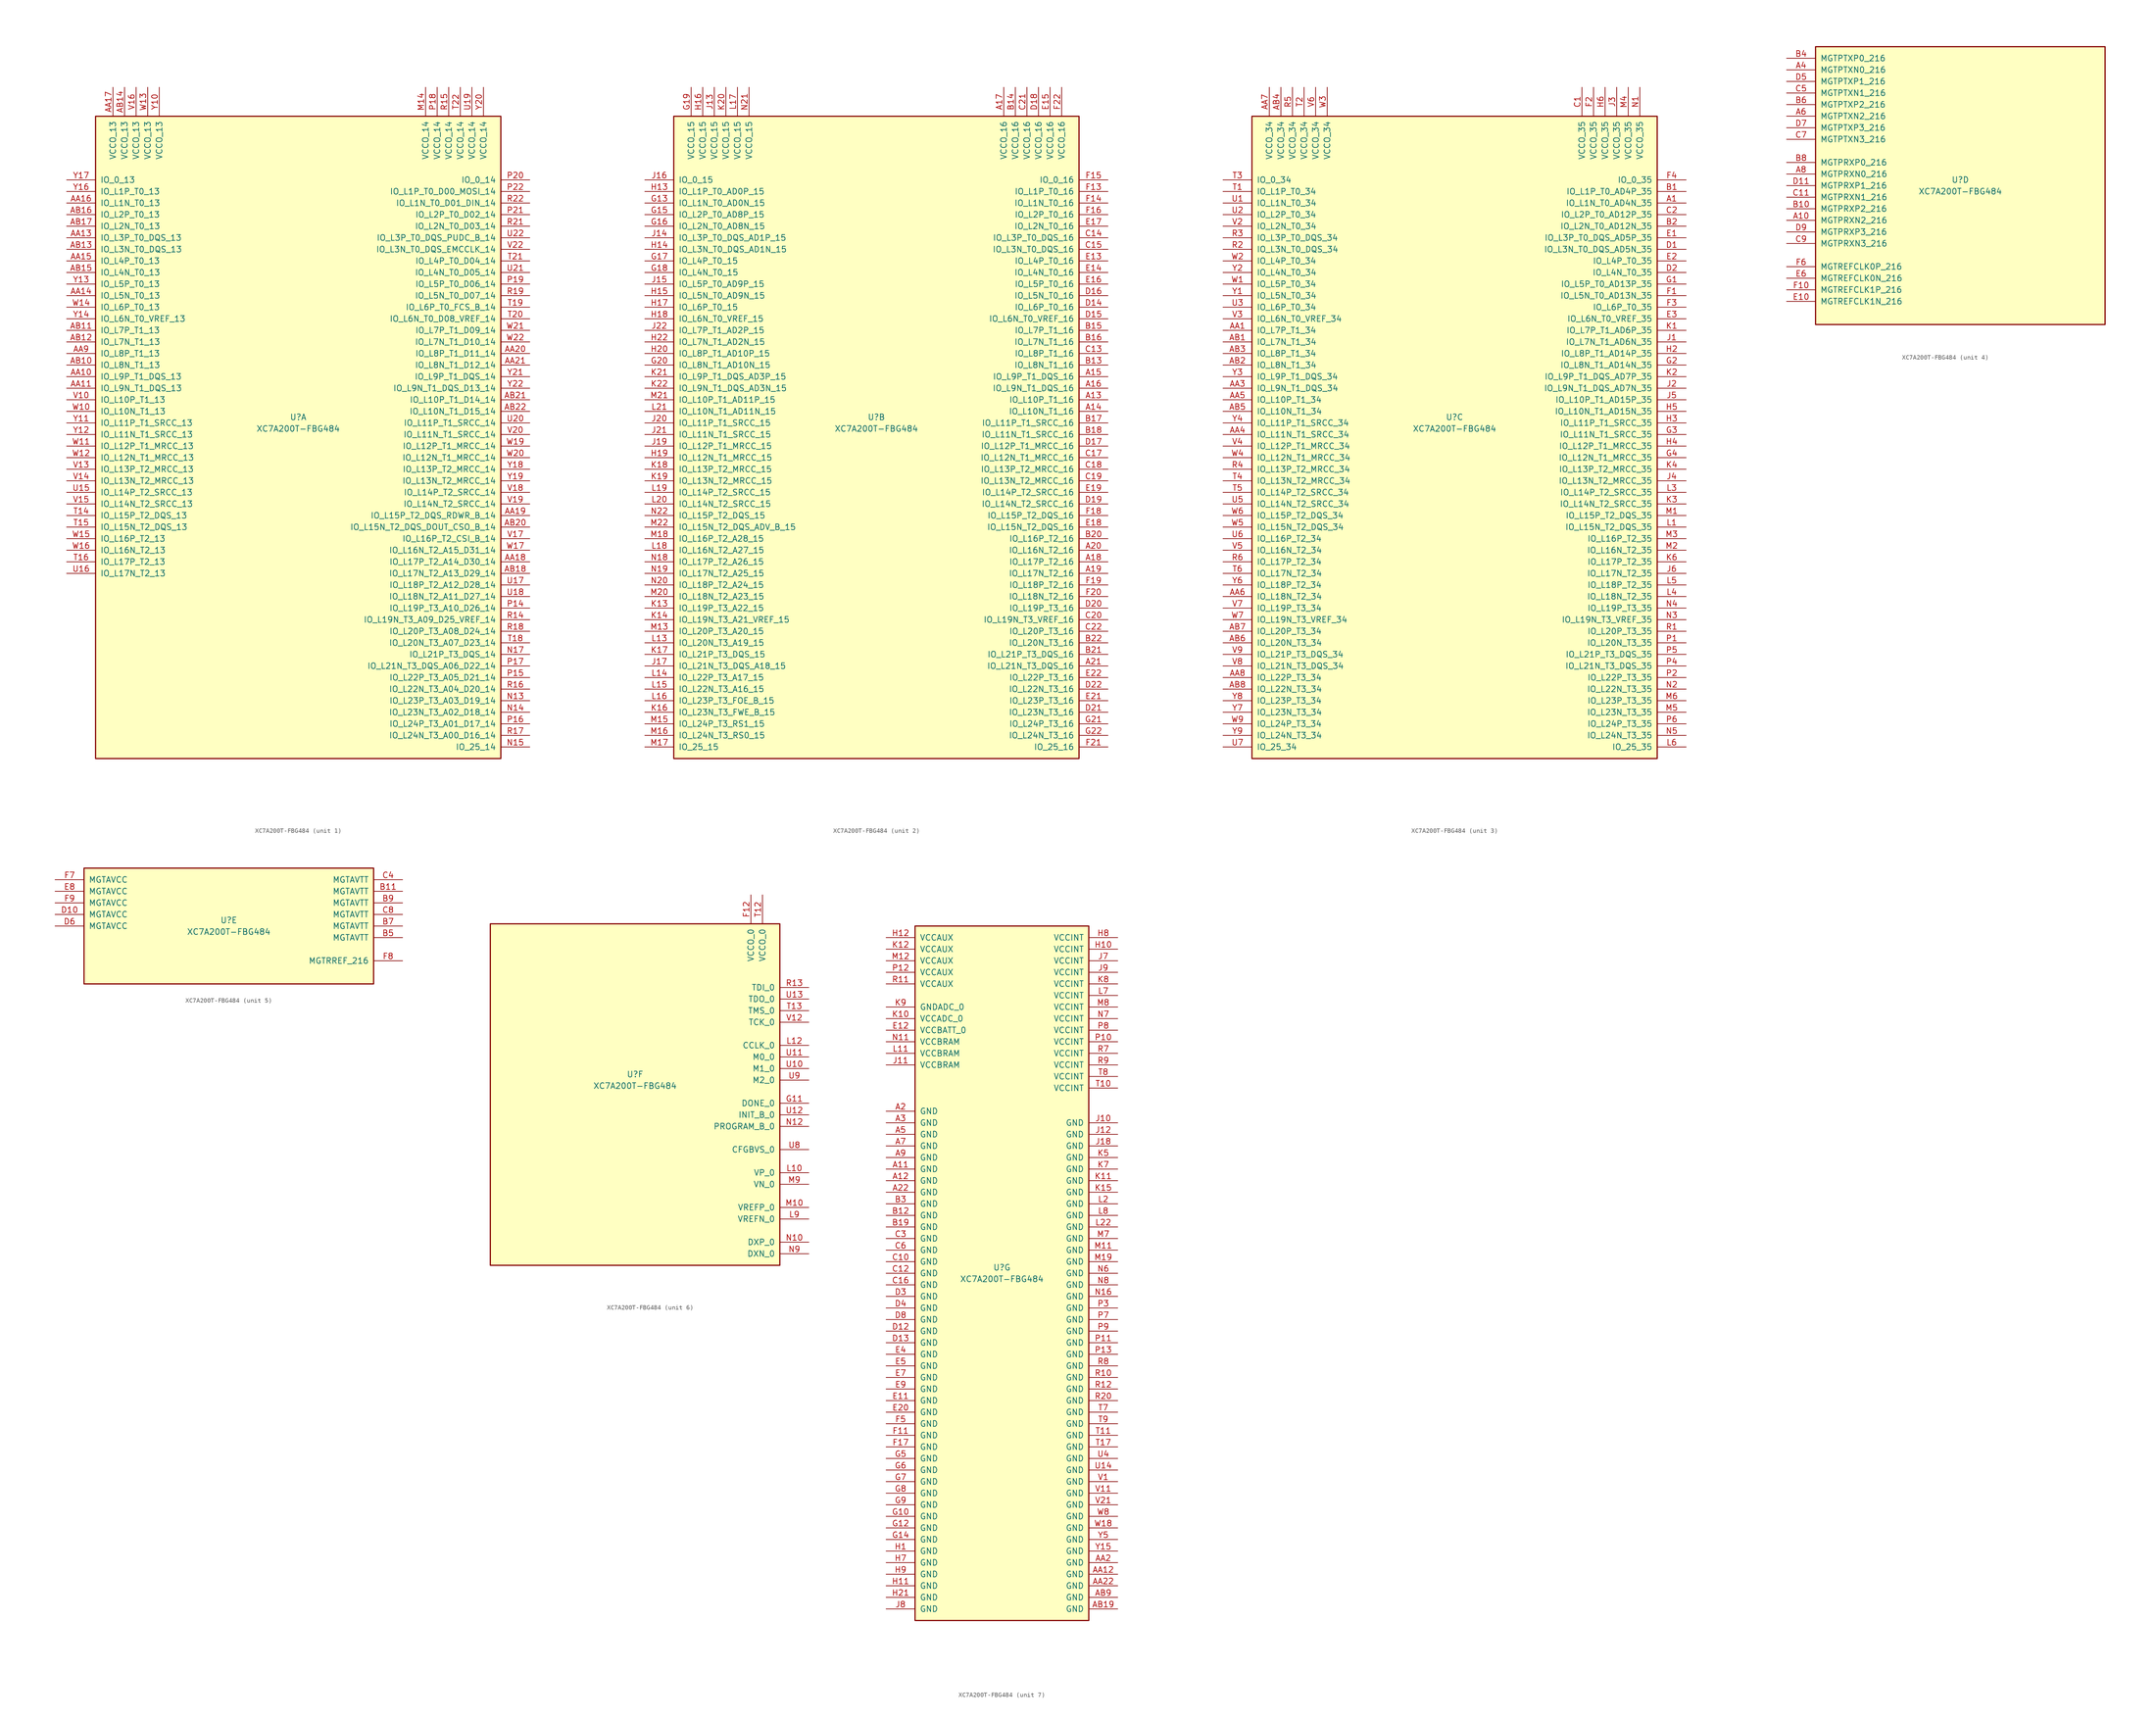
<source format=kicad_sym>
(kicad_symbol_lib
  (version 20201005)
  (generator kicad_symbol_editor)
  (symbol "FPGA_Xilinx_Artix7:XC7A200T-FBG484"
    (pin_names
      (offset 1.016))
    (property "Reference" "U"
      (at 0 1.27 0)
      (effects (font (size 1.27 1.27))))
    (property "Value" "XC7A200T-FBG484"
      (at 0 -1.27 0)
      (effects (font (size 1.27 1.27))))
    (property "Datasheet" ""
      (at 0 0 0)
      (effects (font (size 1.27 1.27))))
    (property "ki_locked" ""
      (at 0 0 0)
      (effects (font (size 1.27 1.27))))
    (symbol "XC7A200T-FBG484_1_1"
      (rectangle (start -44.45 67.31) (end 44.45 -73.66) (stroke (width 0.254)) (fill (type background)))
      (pin power_in line (at -40.64 73.66 270) (length 6.35) (name "VCCO_13" (effects (font (size 1.27 1.27)))) (number "AA17" (effects (font (size 1.27 1.27)))))
      (pin power_in line (at -38.1 73.66 270) (length 6.35) (name "VCCO_13" (effects (font (size 1.27 1.27)))) (number "AB14" (effects (font (size 1.27 1.27)))))
      (pin power_in line (at -35.56 73.66 270) (length 6.35) (name "VCCO_13" (effects (font (size 1.27 1.27)))) (number "V16" (effects (font (size 1.27 1.27)))))
      (pin power_in line (at -33.02 73.66 270) (length 6.35) (name "VCCO_13" (effects (font (size 1.27 1.27)))) (number "W13" (effects (font (size 1.27 1.27)))))
      (pin power_in line (at -30.48 73.66 270) (length 6.35) (name "VCCO_13" (effects (font (size 1.27 1.27)))) (number "Y10" (effects (font (size 1.27 1.27)))))
      (pin bidirectional line (at -50.8 53.34 0) (length 6.35) (name "IO_0_13" (effects (font (size 1.27 1.27)))) (number "Y17" (effects (font (size 1.27 1.27)))))
      (pin bidirectional line (at -50.8 50.8 0) (length 6.35) (name "IO_L1P_T0_13" (effects (font (size 1.27 1.27)))) (number "Y16" (effects (font (size 1.27 1.27)))))
      (pin bidirectional line (at -50.8 48.26 0) (length 6.35) (name "IO_L1N_T0_13" (effects (font (size 1.27 1.27)))) (number "AA16" (effects (font (size 1.27 1.27)))))
      (pin bidirectional line (at -50.8 45.72 0) (length 6.35) (name "IO_L2P_T0_13" (effects (font (size 1.27 1.27)))) (number "AB16" (effects (font (size 1.27 1.27)))))
      (pin bidirectional line (at -50.8 43.18 0) (length 6.35) (name "IO_L2N_T0_13" (effects (font (size 1.27 1.27)))) (number "AB17" (effects (font (size 1.27 1.27)))))
      (pin bidirectional line (at -50.8 40.64 0) (length 6.35) (name "IO_L3P_T0_DQS_13" (effects (font (size 1.27 1.27)))) (number "AA13" (effects (font (size 1.27 1.27)))))
      (pin bidirectional line (at -50.8 38.1 0) (length 6.35) (name "IO_L3N_T0_DQS_13" (effects (font (size 1.27 1.27)))) (number "AB13" (effects (font (size 1.27 1.27)))))
      (pin bidirectional line (at -50.8 35.56 0) (length 6.35) (name "IO_L4P_T0_13" (effects (font (size 1.27 1.27)))) (number "AA15" (effects (font (size 1.27 1.27)))))
      (pin bidirectional line (at -50.8 33.02 0) (length 6.35) (name "IO_L4N_T0_13" (effects (font (size 1.27 1.27)))) (number "AB15" (effects (font (size 1.27 1.27)))))
      (pin bidirectional line (at -50.8 30.48 0) (length 6.35) (name "IO_L5P_T0_13" (effects (font (size 1.27 1.27)))) (number "Y13" (effects (font (size 1.27 1.27)))))
      (pin bidirectional line (at -50.8 27.94 0) (length 6.35) (name "IO_L5N_T0_13" (effects (font (size 1.27 1.27)))) (number "AA14" (effects (font (size 1.27 1.27)))))
      (pin bidirectional line (at -50.8 25.4 0) (length 6.35) (name "IO_L6P_T0_13" (effects (font (size 1.27 1.27)))) (number "W14" (effects (font (size 1.27 1.27)))))
      (pin bidirectional line (at -50.8 22.86 0) (length 6.35) (name "IO_L6N_T0_VREF_13" (effects (font (size 1.27 1.27)))) (number "Y14" (effects (font (size 1.27 1.27)))))
      (pin bidirectional line (at -50.8 20.32 0) (length 6.35) (name "IO_L7P_T1_13" (effects (font (size 1.27 1.27)))) (number "AB11" (effects (font (size 1.27 1.27)))))
      (pin bidirectional line (at -50.8 17.78 0) (length 6.35) (name "IO_L7N_T1_13" (effects (font (size 1.27 1.27)))) (number "AB12" (effects (font (size 1.27 1.27)))))
      (pin bidirectional line (at -50.8 15.24 0) (length 6.35) (name "IO_L8P_T1_13" (effects (font (size 1.27 1.27)))) (number "AA9" (effects (font (size 1.27 1.27)))))
      (pin bidirectional line (at -50.8 12.7 0) (length 6.35) (name "IO_L8N_T1_13" (effects (font (size 1.27 1.27)))) (number "AB10" (effects (font (size 1.27 1.27)))))
      (pin bidirectional line (at -50.8 10.16 0) (length 6.35) (name "IO_L9P_T1_DQS_13" (effects (font (size 1.27 1.27)))) (number "AA10" (effects (font (size 1.27 1.27)))))
      (pin bidirectional line (at -50.8 7.62 0) (length 6.35) (name "IO_L9N_T1_DQS_13" (effects (font (size 1.27 1.27)))) (number "AA11" (effects (font (size 1.27 1.27)))))
      (pin bidirectional line (at -50.8 5.08 0) (length 6.35) (name "IO_L10P_T1_13" (effects (font (size 1.27 1.27)))) (number "V10" (effects (font (size 1.27 1.27)))))
      (pin bidirectional line (at -50.8 2.54 0) (length 6.35) (name "IO_L10N_T1_13" (effects (font (size 1.27 1.27)))) (number "W10" (effects (font (size 1.27 1.27)))))
      (pin bidirectional line (at -50.8 0 0) (length 6.35) (name "IO_L11P_T1_SRCC_13" (effects (font (size 1.27 1.27)))) (number "Y11" (effects (font (size 1.27 1.27)))))
      (pin bidirectional line (at -50.8 -2.54 0) (length 6.35) (name "IO_L11N_T1_SRCC_13" (effects (font (size 1.27 1.27)))) (number "Y12" (effects (font (size 1.27 1.27)))))
      (pin bidirectional line (at -50.8 -5.08 0) (length 6.35) (name "IO_L12P_T1_MRCC_13" (effects (font (size 1.27 1.27)))) (number "W11" (effects (font (size 1.27 1.27)))))
      (pin bidirectional line (at -50.8 -7.62 0) (length 6.35) (name "IO_L12N_T1_MRCC_13" (effects (font (size 1.27 1.27)))) (number "W12" (effects (font (size 1.27 1.27)))))
      (pin bidirectional line (at -50.8 -10.16 0) (length 6.35) (name "IO_L13P_T2_MRCC_13" (effects (font (size 1.27 1.27)))) (number "V13" (effects (font (size 1.27 1.27)))))
      (pin bidirectional line (at -50.8 -12.7 0) (length 6.35) (name "IO_L13N_T2_MRCC_13" (effects (font (size 1.27 1.27)))) (number "V14" (effects (font (size 1.27 1.27)))))
      (pin bidirectional line (at -50.8 -15.24 0) (length 6.35) (name "IO_L14P_T2_SRCC_13" (effects (font (size 1.27 1.27)))) (number "U15" (effects (font (size 1.27 1.27)))))
      (pin bidirectional line (at -50.8 -17.78 0) (length 6.35) (name "IO_L14N_T2_SRCC_13" (effects (font (size 1.27 1.27)))) (number "V15" (effects (font (size 1.27 1.27)))))
      (pin bidirectional line (at -50.8 -20.32 0) (length 6.35) (name "IO_L15P_T2_DQS_13" (effects (font (size 1.27 1.27)))) (number "T14" (effects (font (size 1.27 1.27)))))
      (pin bidirectional line (at -50.8 -22.86 0) (length 6.35) (name "IO_L15N_T2_DQS_13" (effects (font (size 1.27 1.27)))) (number "T15" (effects (font (size 1.27 1.27)))))
      (pin bidirectional line (at -50.8 -25.4 0) (length 6.35) (name "IO_L16P_T2_13" (effects (font (size 1.27 1.27)))) (number "W15" (effects (font (size 1.27 1.27)))))
      (pin bidirectional line (at -50.8 -27.94 0) (length 6.35) (name "IO_L16N_T2_13" (effects (font (size 1.27 1.27)))) (number "W16" (effects (font (size 1.27 1.27)))))
      (pin bidirectional line (at -50.8 -30.48 0) (length 6.35) (name "IO_L17P_T2_13" (effects (font (size 1.27 1.27)))) (number "T16" (effects (font (size 1.27 1.27)))))
      (pin bidirectional line (at -50.8 -33.02 0) (length 6.35) (name "IO_L17N_T2_13" (effects (font (size 1.27 1.27)))) (number "U16" (effects (font (size 1.27 1.27)))))
      (pin power_in line (at 27.94 73.66 270) (length 6.35) (name "VCCO_14" (effects (font (size 1.27 1.27)))) (number "M14" (effects (font (size 1.27 1.27)))))
      (pin power_in line (at 30.48 73.66 270) (length 6.35) (name "VCCO_14" (effects (font (size 1.27 1.27)))) (number "P18" (effects (font (size 1.27 1.27)))))
      (pin power_in line (at 33.02 73.66 270) (length 6.35) (name "VCCO_14" (effects (font (size 1.27 1.27)))) (number "R15" (effects (font (size 1.27 1.27)))))
      (pin power_in line (at 35.56 73.66 270) (length 6.35) (name "VCCO_14" (effects (font (size 1.27 1.27)))) (number "T22" (effects (font (size 1.27 1.27)))))
      (pin power_in line (at 38.1 73.66 270) (length 6.35) (name "VCCO_14" (effects (font (size 1.27 1.27)))) (number "U19" (effects (font (size 1.27 1.27)))))
      (pin power_in line (at 40.64 73.66 270) (length 6.35) (name "VCCO_14" (effects (font (size 1.27 1.27)))) (number "Y20" (effects (font (size 1.27 1.27)))))
      (pin bidirectional line (at 50.8 53.34 180) (length 6.35) (name "IO_0_14" (effects (font (size 1.27 1.27)))) (number "P20" (effects (font (size 1.27 1.27)))))
      (pin bidirectional line (at 50.8 50.8 180) (length 6.35) (name "IO_L1P_T0_D00_MOSI_14" (effects (font (size 1.27 1.27)))) (number "P22" (effects (font (size 1.27 1.27)))))
      (pin bidirectional line (at 50.8 48.26 180) (length 6.35) (name "IO_L1N_T0_D01_DIN_14" (effects (font (size 1.27 1.27)))) (number "R22" (effects (font (size 1.27 1.27)))))
      (pin bidirectional line (at 50.8 45.72 180) (length 6.35) (name "IO_L2P_T0_D02_14" (effects (font (size 1.27 1.27)))) (number "P21" (effects (font (size 1.27 1.27)))))
      (pin bidirectional line (at 50.8 43.18 180) (length 6.35) (name "IO_L2N_T0_D03_14" (effects (font (size 1.27 1.27)))) (number "R21" (effects (font (size 1.27 1.27)))))
      (pin bidirectional line (at 50.8 40.64 180) (length 6.35) (name "IO_L3P_T0_DQS_PUDC_B_14" (effects (font (size 1.27 1.27)))) (number "U22" (effects (font (size 1.27 1.27)))))
      (pin bidirectional line (at 50.8 38.1 180) (length 6.35) (name "IO_L3N_T0_DQS_EMCCLK_14" (effects (font (size 1.27 1.27)))) (number "V22" (effects (font (size 1.27 1.27)))))
      (pin bidirectional line (at 50.8 35.56 180) (length 6.35) (name "IO_L4P_T0_D04_14" (effects (font (size 1.27 1.27)))) (number "T21" (effects (font (size 1.27 1.27)))))
      (pin bidirectional line (at 50.8 33.02 180) (length 6.35) (name "IO_L4N_T0_D05_14" (effects (font (size 1.27 1.27)))) (number "U21" (effects (font (size 1.27 1.27)))))
      (pin bidirectional line (at 50.8 30.48 180) (length 6.35) (name "IO_L5P_T0_D06_14" (effects (font (size 1.27 1.27)))) (number "P19" (effects (font (size 1.27 1.27)))))
      (pin bidirectional line (at 50.8 27.94 180) (length 6.35) (name "IO_L5N_T0_D07_14" (effects (font (size 1.27 1.27)))) (number "R19" (effects (font (size 1.27 1.27)))))
      (pin bidirectional line (at 50.8 25.4 180) (length 6.35) (name "IO_L6P_T0_FCS_B_14" (effects (font (size 1.27 1.27)))) (number "T19" (effects (font (size 1.27 1.27)))))
      (pin bidirectional line (at 50.8 22.86 180) (length 6.35) (name "IO_L6N_T0_D08_VREF_14" (effects (font (size 1.27 1.27)))) (number "T20" (effects (font (size 1.27 1.27)))))
      (pin bidirectional line (at 50.8 20.32 180) (length 6.35) (name "IO_L7P_T1_D09_14" (effects (font (size 1.27 1.27)))) (number "W21" (effects (font (size 1.27 1.27)))))
      (pin bidirectional line (at 50.8 17.78 180) (length 6.35) (name "IO_L7N_T1_D10_14" (effects (font (size 1.27 1.27)))) (number "W22" (effects (font (size 1.27 1.27)))))
      (pin bidirectional line (at 50.8 15.24 180) (length 6.35) (name "IO_L8P_T1_D11_14" (effects (font (size 1.27 1.27)))) (number "AA20" (effects (font (size 1.27 1.27)))))
      (pin bidirectional line (at 50.8 12.7 180) (length 6.35) (name "IO_L8N_T1_D12_14" (effects (font (size 1.27 1.27)))) (number "AA21" (effects (font (size 1.27 1.27)))))
      (pin bidirectional line (at 50.8 10.16 180) (length 6.35) (name "IO_L9P_T1_DQS_14" (effects (font (size 1.27 1.27)))) (number "Y21" (effects (font (size 1.27 1.27)))))
      (pin bidirectional line (at 50.8 7.62 180) (length 6.35) (name "IO_L9N_T1_DQS_D13_14" (effects (font (size 1.27 1.27)))) (number "Y22" (effects (font (size 1.27 1.27)))))
      (pin bidirectional line (at 50.8 5.08 180) (length 6.35) (name "IO_L10P_T1_D14_14" (effects (font (size 1.27 1.27)))) (number "AB21" (effects (font (size 1.27 1.27)))))
      (pin bidirectional line (at 50.8 2.54 180) (length 6.35) (name "IO_L10N_T1_D15_14" (effects (font (size 1.27 1.27)))) (number "AB22" (effects (font (size 1.27 1.27)))))
      (pin bidirectional line (at 50.8 0 180) (length 6.35) (name "IO_L11P_T1_SRCC_14" (effects (font (size 1.27 1.27)))) (number "U20" (effects (font (size 1.27 1.27)))))
      (pin bidirectional line (at 50.8 -2.54 180) (length 6.35) (name "IO_L11N_T1_SRCC_14" (effects (font (size 1.27 1.27)))) (number "V20" (effects (font (size 1.27 1.27)))))
      (pin bidirectional line (at 50.8 -5.08 180) (length 6.35) (name "IO_L12P_T1_MRCC_14" (effects (font (size 1.27 1.27)))) (number "W19" (effects (font (size 1.27 1.27)))))
      (pin bidirectional line (at 50.8 -7.62 180) (length 6.35) (name "IO_L12N_T1_MRCC_14" (effects (font (size 1.27 1.27)))) (number "W20" (effects (font (size 1.27 1.27)))))
      (pin bidirectional line (at 50.8 -10.16 180) (length 6.35) (name "IO_L13P_T2_MRCC_14" (effects (font (size 1.27 1.27)))) (number "Y18" (effects (font (size 1.27 1.27)))))
      (pin bidirectional line (at 50.8 -12.7 180) (length 6.35) (name "IO_L13N_T2_MRCC_14" (effects (font (size 1.27 1.27)))) (number "Y19" (effects (font (size 1.27 1.27)))))
      (pin bidirectional line (at 50.8 -15.24 180) (length 6.35) (name "IO_L14P_T2_SRCC_14" (effects (font (size 1.27 1.27)))) (number "V18" (effects (font (size 1.27 1.27)))))
      (pin bidirectional line (at 50.8 -17.78 180) (length 6.35) (name "IO_L14N_T2_SRCC_14" (effects (font (size 1.27 1.27)))) (number "V19" (effects (font (size 1.27 1.27)))))
      (pin bidirectional line (at 50.8 -20.32 180) (length 6.35) (name "IO_L15P_T2_DQS_RDWR_B_14" (effects (font (size 1.27 1.27)))) (number "AA19" (effects (font (size 1.27 1.27)))))
      (pin bidirectional line (at 50.8 -22.86 180) (length 6.35) (name "IO_L15N_T2_DQS_DOUT_CSO_B_14" (effects (font (size 1.27 1.27)))) (number "AB20" (effects (font (size 1.27 1.27)))))
      (pin bidirectional line (at 50.8 -25.4 180) (length 6.35) (name "IO_L16P_T2_CSI_B_14" (effects (font (size 1.27 1.27)))) (number "V17" (effects (font (size 1.27 1.27)))))
      (pin bidirectional line (at 50.8 -27.94 180) (length 6.35) (name "IO_L16N_T2_A15_D31_14" (effects (font (size 1.27 1.27)))) (number "W17" (effects (font (size 1.27 1.27)))))
      (pin bidirectional line (at 50.8 -30.48 180) (length 6.35) (name "IO_L17P_T2_A14_D30_14" (effects (font (size 1.27 1.27)))) (number "AA18" (effects (font (size 1.27 1.27)))))
      (pin bidirectional line (at 50.8 -33.02 180) (length 6.35) (name "IO_L17N_T2_A13_D29_14" (effects (font (size 1.27 1.27)))) (number "AB18" (effects (font (size 1.27 1.27)))))
      (pin bidirectional line (at 50.8 -35.56 180) (length 6.35) (name "IO_L18P_T2_A12_D28_14" (effects (font (size 1.27 1.27)))) (number "U17" (effects (font (size 1.27 1.27)))))
      (pin bidirectional line (at 50.8 -38.1 180) (length 6.35) (name "IO_L18N_T2_A11_D27_14" (effects (font (size 1.27 1.27)))) (number "U18" (effects (font (size 1.27 1.27)))))
      (pin bidirectional line (at 50.8 -40.64 180) (length 6.35) (name "IO_L19P_T3_A10_D26_14" (effects (font (size 1.27 1.27)))) (number "P14" (effects (font (size 1.27 1.27)))))
      (pin bidirectional line (at 50.8 -43.18 180) (length 6.35) (name "IO_L19N_T3_A09_D25_VREF_14" (effects (font (size 1.27 1.27)))) (number "R14" (effects (font (size 1.27 1.27)))))
      (pin bidirectional line (at 50.8 -45.72 180) (length 6.35) (name "IO_L20P_T3_A08_D24_14" (effects (font (size 1.27 1.27)))) (number "R18" (effects (font (size 1.27 1.27)))))
      (pin bidirectional line (at 50.8 -48.26 180) (length 6.35) (name "IO_L20N_T3_A07_D23_14" (effects (font (size 1.27 1.27)))) (number "T18" (effects (font (size 1.27 1.27)))))
      (pin bidirectional line (at 50.8 -50.8 180) (length 6.35) (name "IO_L21P_T3_DQS_14" (effects (font (size 1.27 1.27)))) (number "N17" (effects (font (size 1.27 1.27)))))
      (pin bidirectional line (at 50.8 -53.34 180) (length 6.35) (name "IO_L21N_T3_DQS_A06_D22_14" (effects (font (size 1.27 1.27)))) (number "P17" (effects (font (size 1.27 1.27)))))
      (pin bidirectional line (at 50.8 -55.88 180) (length 6.35) (name "IO_L22P_T3_A05_D21_14" (effects (font (size 1.27 1.27)))) (number "P15" (effects (font (size 1.27 1.27)))))
      (pin bidirectional line (at 50.8 -58.42 180) (length 6.35) (name "IO_L22N_T3_A04_D20_14" (effects (font (size 1.27 1.27)))) (number "R16" (effects (font (size 1.27 1.27)))))
      (pin bidirectional line (at 50.8 -60.96 180) (length 6.35) (name "IO_L23P_T3_A03_D19_14" (effects (font (size 1.27 1.27)))) (number "N13" (effects (font (size 1.27 1.27)))))
      (pin bidirectional line (at 50.8 -63.5 180) (length 6.35) (name "IO_L23N_T3_A02_D18_14" (effects (font (size 1.27 1.27)))) (number "N14" (effects (font (size 1.27 1.27)))))
      (pin bidirectional line (at 50.8 -66.04 180) (length 6.35) (name "IO_L24P_T3_A01_D17_14" (effects (font (size 1.27 1.27)))) (number "P16" (effects (font (size 1.27 1.27)))))
      (pin bidirectional line (at 50.8 -68.58 180) (length 6.35) (name "IO_L24N_T3_A00_D16_14" (effects (font (size 1.27 1.27)))) (number "R17" (effects (font (size 1.27 1.27)))))
      (pin bidirectional line (at 50.8 -71.12 180) (length 6.35) (name "IO_25_14" (effects (font (size 1.27 1.27)))) (number "N15" (effects (font (size 1.27 1.27))))))
    (symbol "XC7A200T-FBG484_2_1"
      (rectangle (start -44.45 67.31) (end 44.45 -73.66) (stroke (width 0.254)) (fill (type background)))
      (pin power_in line (at -40.64 73.66 270) (length 6.35) (name "VCCO_15" (effects (font (size 1.27 1.27)))) (number "G19" (effects (font (size 1.27 1.27)))))
      (pin power_in line (at -38.1 73.66 270) (length 6.35) (name "VCCO_15" (effects (font (size 1.27 1.27)))) (number "H16" (effects (font (size 1.27 1.27)))))
      (pin power_in line (at -35.56 73.66 270) (length 6.35) (name "VCCO_15" (effects (font (size 1.27 1.27)))) (number "J13" (effects (font (size 1.27 1.27)))))
      (pin power_in line (at -33.02 73.66 270) (length 6.35) (name "VCCO_15" (effects (font (size 1.27 1.27)))) (number "K20" (effects (font (size 1.27 1.27)))))
      (pin power_in line (at -30.48 73.66 270) (length 6.35) (name "VCCO_15" (effects (font (size 1.27 1.27)))) (number "L17" (effects (font (size 1.27 1.27)))))
      (pin power_in line (at -27.94 73.66 270) (length 6.35) (name "VCCO_15" (effects (font (size 1.27 1.27)))) (number "N21" (effects (font (size 1.27 1.27)))))
      (pin bidirectional line (at -50.8 53.34 0) (length 6.35) (name "IO_0_15" (effects (font (size 1.27 1.27)))) (number "J16" (effects (font (size 1.27 1.27)))))
      (pin bidirectional line (at -50.8 50.8 0) (length 6.35) (name "IO_L1P_T0_AD0P_15" (effects (font (size 1.27 1.27)))) (number "H13" (effects (font (size 1.27 1.27)))))
      (pin bidirectional line (at -50.8 48.26 0) (length 6.35) (name "IO_L1N_T0_AD0N_15" (effects (font (size 1.27 1.27)))) (number "G13" (effects (font (size 1.27 1.27)))))
      (pin bidirectional line (at -50.8 45.72 0) (length 6.35) (name "IO_L2P_T0_AD8P_15" (effects (font (size 1.27 1.27)))) (number "G15" (effects (font (size 1.27 1.27)))))
      (pin bidirectional line (at -50.8 43.18 0) (length 6.35) (name "IO_L2N_T0_AD8N_15" (effects (font (size 1.27 1.27)))) (number "G16" (effects (font (size 1.27 1.27)))))
      (pin bidirectional line (at -50.8 40.64 0) (length 6.35) (name "IO_L3P_T0_DQS_AD1P_15" (effects (font (size 1.27 1.27)))) (number "J14" (effects (font (size 1.27 1.27)))))
      (pin bidirectional line (at -50.8 38.1 0) (length 6.35) (name "IO_L3N_T0_DQS_AD1N_15" (effects (font (size 1.27 1.27)))) (number "H14" (effects (font (size 1.27 1.27)))))
      (pin bidirectional line (at -50.8 35.56 0) (length 6.35) (name "IO_L4P_T0_15" (effects (font (size 1.27 1.27)))) (number "G17" (effects (font (size 1.27 1.27)))))
      (pin bidirectional line (at -50.8 33.02 0) (length 6.35) (name "IO_L4N_T0_15" (effects (font (size 1.27 1.27)))) (number "G18" (effects (font (size 1.27 1.27)))))
      (pin bidirectional line (at -50.8 30.48 0) (length 6.35) (name "IO_L5P_T0_AD9P_15" (effects (font (size 1.27 1.27)))) (number "J15" (effects (font (size 1.27 1.27)))))
      (pin bidirectional line (at -50.8 27.94 0) (length 6.35) (name "IO_L5N_T0_AD9N_15" (effects (font (size 1.27 1.27)))) (number "H15" (effects (font (size 1.27 1.27)))))
      (pin bidirectional line (at -50.8 25.4 0) (length 6.35) (name "IO_L6P_T0_15" (effects (font (size 1.27 1.27)))) (number "H17" (effects (font (size 1.27 1.27)))))
      (pin bidirectional line (at -50.8 22.86 0) (length 6.35) (name "IO_L6N_T0_VREF_15" (effects (font (size 1.27 1.27)))) (number "H18" (effects (font (size 1.27 1.27)))))
      (pin bidirectional line (at -50.8 20.32 0) (length 6.35) (name "IO_L7P_T1_AD2P_15" (effects (font (size 1.27 1.27)))) (number "J22" (effects (font (size 1.27 1.27)))))
      (pin bidirectional line (at -50.8 17.78 0) (length 6.35) (name "IO_L7N_T1_AD2N_15" (effects (font (size 1.27 1.27)))) (number "H22" (effects (font (size 1.27 1.27)))))
      (pin bidirectional line (at -50.8 15.24 0) (length 6.35) (name "IO_L8P_T1_AD10P_15" (effects (font (size 1.27 1.27)))) (number "H20" (effects (font (size 1.27 1.27)))))
      (pin bidirectional line (at -50.8 12.7 0) (length 6.35) (name "IO_L8N_T1_AD10N_15" (effects (font (size 1.27 1.27)))) (number "G20" (effects (font (size 1.27 1.27)))))
      (pin bidirectional line (at -50.8 10.16 0) (length 6.35) (name "IO_L9P_T1_DQS_AD3P_15" (effects (font (size 1.27 1.27)))) (number "K21" (effects (font (size 1.27 1.27)))))
      (pin bidirectional line (at -50.8 7.62 0) (length 6.35) (name "IO_L9N_T1_DQS_AD3N_15" (effects (font (size 1.27 1.27)))) (number "K22" (effects (font (size 1.27 1.27)))))
      (pin bidirectional line (at -50.8 5.08 0) (length 6.35) (name "IO_L10P_T1_AD11P_15" (effects (font (size 1.27 1.27)))) (number "M21" (effects (font (size 1.27 1.27)))))
      (pin bidirectional line (at -50.8 2.54 0) (length 6.35) (name "IO_L10N_T1_AD11N_15" (effects (font (size 1.27 1.27)))) (number "L21" (effects (font (size 1.27 1.27)))))
      (pin bidirectional line (at -50.8 0 0) (length 6.35) (name "IO_L11P_T1_SRCC_15" (effects (font (size 1.27 1.27)))) (number "J20" (effects (font (size 1.27 1.27)))))
      (pin bidirectional line (at -50.8 -2.54 0) (length 6.35) (name "IO_L11N_T1_SRCC_15" (effects (font (size 1.27 1.27)))) (number "J21" (effects (font (size 1.27 1.27)))))
      (pin bidirectional line (at -50.8 -5.08 0) (length 6.35) (name "IO_L12P_T1_MRCC_15" (effects (font (size 1.27 1.27)))) (number "J19" (effects (font (size 1.27 1.27)))))
      (pin bidirectional line (at -50.8 -7.62 0) (length 6.35) (name "IO_L12N_T1_MRCC_15" (effects (font (size 1.27 1.27)))) (number "H19" (effects (font (size 1.27 1.27)))))
      (pin bidirectional line (at -50.8 -10.16 0) (length 6.35) (name "IO_L13P_T2_MRCC_15" (effects (font (size 1.27 1.27)))) (number "K18" (effects (font (size 1.27 1.27)))))
      (pin bidirectional line (at -50.8 -12.7 0) (length 6.35) (name "IO_L13N_T2_MRCC_15" (effects (font (size 1.27 1.27)))) (number "K19" (effects (font (size 1.27 1.27)))))
      (pin bidirectional line (at -50.8 -15.24 0) (length 6.35) (name "IO_L14P_T2_SRCC_15" (effects (font (size 1.27 1.27)))) (number "L19" (effects (font (size 1.27 1.27)))))
      (pin bidirectional line (at -50.8 -17.78 0) (length 6.35) (name "IO_L14N_T2_SRCC_15" (effects (font (size 1.27 1.27)))) (number "L20" (effects (font (size 1.27 1.27)))))
      (pin bidirectional line (at -50.8 -20.32 0) (length 6.35) (name "IO_L15P_T2_DQS_15" (effects (font (size 1.27 1.27)))) (number "N22" (effects (font (size 1.27 1.27)))))
      (pin bidirectional line (at -50.8 -22.86 0) (length 6.35) (name "IO_L15N_T2_DQS_ADV_B_15" (effects (font (size 1.27 1.27)))) (number "M22" (effects (font (size 1.27 1.27)))))
      (pin bidirectional line (at -50.8 -25.4 0) (length 6.35) (name "IO_L16P_T2_A28_15" (effects (font (size 1.27 1.27)))) (number "M18" (effects (font (size 1.27 1.27)))))
      (pin bidirectional line (at -50.8 -27.94 0) (length 6.35) (name "IO_L16N_T2_A27_15" (effects (font (size 1.27 1.27)))) (number "L18" (effects (font (size 1.27 1.27)))))
      (pin bidirectional line (at -50.8 -30.48 0) (length 6.35) (name "IO_L17P_T2_A26_15" (effects (font (size 1.27 1.27)))) (number "N18" (effects (font (size 1.27 1.27)))))
      (pin bidirectional line (at -50.8 -33.02 0) (length 6.35) (name "IO_L17N_T2_A25_15" (effects (font (size 1.27 1.27)))) (number "N19" (effects (font (size 1.27 1.27)))))
      (pin bidirectional line (at -50.8 -35.56 0) (length 6.35) (name "IO_L18P_T2_A24_15" (effects (font (size 1.27 1.27)))) (number "N20" (effects (font (size 1.27 1.27)))))
      (pin bidirectional line (at -50.8 -38.1 0) (length 6.35) (name "IO_L18N_T2_A23_15" (effects (font (size 1.27 1.27)))) (number "M20" (effects (font (size 1.27 1.27)))))
      (pin bidirectional line (at -50.8 -40.64 0) (length 6.35) (name "IO_L19P_T3_A22_15" (effects (font (size 1.27 1.27)))) (number "K13" (effects (font (size 1.27 1.27)))))
      (pin bidirectional line (at -50.8 -43.18 0) (length 6.35) (name "IO_L19N_T3_A21_VREF_15" (effects (font (size 1.27 1.27)))) (number "K14" (effects (font (size 1.27 1.27)))))
      (pin bidirectional line (at -50.8 -45.72 0) (length 6.35) (name "IO_L20P_T3_A20_15" (effects (font (size 1.27 1.27)))) (number "M13" (effects (font (size 1.27 1.27)))))
      (pin bidirectional line (at -50.8 -48.26 0) (length 6.35) (name "IO_L20N_T3_A19_15" (effects (font (size 1.27 1.27)))) (number "L13" (effects (font (size 1.27 1.27)))))
      (pin bidirectional line (at -50.8 -50.8 0) (length 6.35) (name "IO_L21P_T3_DQS_15" (effects (font (size 1.27 1.27)))) (number "K17" (effects (font (size 1.27 1.27)))))
      (pin bidirectional line (at -50.8 -53.34 0) (length 6.35) (name "IO_L21N_T3_DQS_A18_15" (effects (font (size 1.27 1.27)))) (number "J17" (effects (font (size 1.27 1.27)))))
      (pin bidirectional line (at -50.8 -55.88 0) (length 6.35) (name "IO_L22P_T3_A17_15" (effects (font (size 1.27 1.27)))) (number "L14" (effects (font (size 1.27 1.27)))))
      (pin bidirectional line (at -50.8 -58.42 0) (length 6.35) (name "IO_L22N_T3_A16_15" (effects (font (size 1.27 1.27)))) (number "L15" (effects (font (size 1.27 1.27)))))
      (pin bidirectional line (at -50.8 -60.96 0) (length 6.35) (name "IO_L23P_T3_FOE_B_15" (effects (font (size 1.27 1.27)))) (number "L16" (effects (font (size 1.27 1.27)))))
      (pin bidirectional line (at -50.8 -63.5 0) (length 6.35) (name "IO_L23N_T3_FWE_B_15" (effects (font (size 1.27 1.27)))) (number "K16" (effects (font (size 1.27 1.27)))))
      (pin bidirectional line (at -50.8 -66.04 0) (length 6.35) (name "IO_L24P_T3_RS1_15" (effects (font (size 1.27 1.27)))) (number "M15" (effects (font (size 1.27 1.27)))))
      (pin bidirectional line (at -50.8 -68.58 0) (length 6.35) (name "IO_L24N_T3_RS0_15" (effects (font (size 1.27 1.27)))) (number "M16" (effects (font (size 1.27 1.27)))))
      (pin bidirectional line (at -50.8 -71.12 0) (length 6.35) (name "IO_25_15" (effects (font (size 1.27 1.27)))) (number "M17" (effects (font (size 1.27 1.27)))))
      (pin power_in line (at 27.94 73.66 270) (length 6.35) (name "VCCO_16" (effects (font (size 1.27 1.27)))) (number "A17" (effects (font (size 1.27 1.27)))))
      (pin power_in line (at 30.48 73.66 270) (length 6.35) (name "VCCO_16" (effects (font (size 1.27 1.27)))) (number "B14" (effects (font (size 1.27 1.27)))))
      (pin power_in line (at 33.02 73.66 270) (length 6.35) (name "VCCO_16" (effects (font (size 1.27 1.27)))) (number "C21" (effects (font (size 1.27 1.27)))))
      (pin power_in line (at 35.56 73.66 270) (length 6.35) (name "VCCO_16" (effects (font (size 1.27 1.27)))) (number "D18" (effects (font (size 1.27 1.27)))))
      (pin power_in line (at 38.1 73.66 270) (length 6.35) (name "VCCO_16" (effects (font (size 1.27 1.27)))) (number "E15" (effects (font (size 1.27 1.27)))))
      (pin power_in line (at 40.64 73.66 270) (length 6.35) (name "VCCO_16" (effects (font (size 1.27 1.27)))) (number "F22" (effects (font (size 1.27 1.27)))))
      (pin bidirectional line (at 50.8 53.34 180) (length 6.35) (name "IO_0_16" (effects (font (size 1.27 1.27)))) (number "F15" (effects (font (size 1.27 1.27)))))
      (pin bidirectional line (at 50.8 50.8 180) (length 6.35) (name "IO_L1P_T0_16" (effects (font (size 1.27 1.27)))) (number "F13" (effects (font (size 1.27 1.27)))))
      (pin bidirectional line (at 50.8 48.26 180) (length 6.35) (name "IO_L1N_T0_16" (effects (font (size 1.27 1.27)))) (number "F14" (effects (font (size 1.27 1.27)))))
      (pin bidirectional line (at 50.8 45.72 180) (length 6.35) (name "IO_L2P_T0_16" (effects (font (size 1.27 1.27)))) (number "F16" (effects (font (size 1.27 1.27)))))
      (pin bidirectional line (at 50.8 43.18 180) (length 6.35) (name "IO_L2N_T0_16" (effects (font (size 1.27 1.27)))) (number "E17" (effects (font (size 1.27 1.27)))))
      (pin bidirectional line (at 50.8 40.64 180) (length 6.35) (name "IO_L3P_T0_DQS_16" (effects (font (size 1.27 1.27)))) (number "C14" (effects (font (size 1.27 1.27)))))
      (pin bidirectional line (at 50.8 38.1 180) (length 6.35) (name "IO_L3N_T0_DQS_16" (effects (font (size 1.27 1.27)))) (number "C15" (effects (font (size 1.27 1.27)))))
      (pin bidirectional line (at 50.8 35.56 180) (length 6.35) (name "IO_L4P_T0_16" (effects (font (size 1.27 1.27)))) (number "E13" (effects (font (size 1.27 1.27)))))
      (pin bidirectional line (at 50.8 33.02 180) (length 6.35) (name "IO_L4N_T0_16" (effects (font (size 1.27 1.27)))) (number "E14" (effects (font (size 1.27 1.27)))))
      (pin bidirectional line (at 50.8 30.48 180) (length 6.35) (name "IO_L5P_T0_16" (effects (font (size 1.27 1.27)))) (number "E16" (effects (font (size 1.27 1.27)))))
      (pin bidirectional line (at 50.8 27.94 180) (length 6.35) (name "IO_L5N_T0_16" (effects (font (size 1.27 1.27)))) (number "D16" (effects (font (size 1.27 1.27)))))
      (pin bidirectional line (at 50.8 25.4 180) (length 6.35) (name "IO_L6P_T0_16" (effects (font (size 1.27 1.27)))) (number "D14" (effects (font (size 1.27 1.27)))))
      (pin bidirectional line (at 50.8 22.86 180) (length 6.35) (name "IO_L6N_T0_VREF_16" (effects (font (size 1.27 1.27)))) (number "D15" (effects (font (size 1.27 1.27)))))
      (pin bidirectional line (at 50.8 20.32 180) (length 6.35) (name "IO_L7P_T1_16" (effects (font (size 1.27 1.27)))) (number "B15" (effects (font (size 1.27 1.27)))))
      (pin bidirectional line (at 50.8 17.78 180) (length 6.35) (name "IO_L7N_T1_16" (effects (font (size 1.27 1.27)))) (number "B16" (effects (font (size 1.27 1.27)))))
      (pin bidirectional line (at 50.8 15.24 180) (length 6.35) (name "IO_L8P_T1_16" (effects (font (size 1.27 1.27)))) (number "C13" (effects (font (size 1.27 1.27)))))
      (pin bidirectional line (at 50.8 12.7 180) (length 6.35) (name "IO_L8N_T1_16" (effects (font (size 1.27 1.27)))) (number "B13" (effects (font (size 1.27 1.27)))))
      (pin bidirectional line (at 50.8 10.16 180) (length 6.35) (name "IO_L9P_T1_DQS_16" (effects (font (size 1.27 1.27)))) (number "A15" (effects (font (size 1.27 1.27)))))
      (pin bidirectional line (at 50.8 7.62 180) (length 6.35) (name "IO_L9N_T1_DQS_16" (effects (font (size 1.27 1.27)))) (number "A16" (effects (font (size 1.27 1.27)))))
      (pin bidirectional line (at 50.8 5.08 180) (length 6.35) (name "IO_L10P_T1_16" (effects (font (size 1.27 1.27)))) (number "A13" (effects (font (size 1.27 1.27)))))
      (pin bidirectional line (at 50.8 2.54 180) (length 6.35) (name "IO_L10N_T1_16" (effects (font (size 1.27 1.27)))) (number "A14" (effects (font (size 1.27 1.27)))))
      (pin bidirectional line (at 50.8 0 180) (length 6.35) (name "IO_L11P_T1_SRCC_16" (effects (font (size 1.27 1.27)))) (number "B17" (effects (font (size 1.27 1.27)))))
      (pin bidirectional line (at 50.8 -2.54 180) (length 6.35) (name "IO_L11N_T1_SRCC_16" (effects (font (size 1.27 1.27)))) (number "B18" (effects (font (size 1.27 1.27)))))
      (pin bidirectional line (at 50.8 -5.08 180) (length 6.35) (name "IO_L12P_T1_MRCC_16" (effects (font (size 1.27 1.27)))) (number "D17" (effects (font (size 1.27 1.27)))))
      (pin bidirectional line (at 50.8 -7.62 180) (length 6.35) (name "IO_L12N_T1_MRCC_16" (effects (font (size 1.27 1.27)))) (number "C17" (effects (font (size 1.27 1.27)))))
      (pin bidirectional line (at 50.8 -10.16 180) (length 6.35) (name "IO_L13P_T2_MRCC_16" (effects (font (size 1.27 1.27)))) (number "C18" (effects (font (size 1.27 1.27)))))
      (pin bidirectional line (at 50.8 -12.7 180) (length 6.35) (name "IO_L13N_T2_MRCC_16" (effects (font (size 1.27 1.27)))) (number "C19" (effects (font (size 1.27 1.27)))))
      (pin bidirectional line (at 50.8 -15.24 180) (length 6.35) (name "IO_L14P_T2_SRCC_16" (effects (font (size 1.27 1.27)))) (number "E19" (effects (font (size 1.27 1.27)))))
      (pin bidirectional line (at 50.8 -17.78 180) (length 6.35) (name "IO_L14N_T2_SRCC_16" (effects (font (size 1.27 1.27)))) (number "D19" (effects (font (size 1.27 1.27)))))
      (pin bidirectional line (at 50.8 -20.32 180) (length 6.35) (name "IO_L15P_T2_DQS_16" (effects (font (size 1.27 1.27)))) (number "F18" (effects (font (size 1.27 1.27)))))
      (pin bidirectional line (at 50.8 -22.86 180) (length 6.35) (name "IO_L15N_T2_DQS_16" (effects (font (size 1.27 1.27)))) (number "E18" (effects (font (size 1.27 1.27)))))
      (pin bidirectional line (at 50.8 -25.4 180) (length 6.35) (name "IO_L16P_T2_16" (effects (font (size 1.27 1.27)))) (number "B20" (effects (font (size 1.27 1.27)))))
      (pin bidirectional line (at 50.8 -27.94 180) (length 6.35) (name "IO_L16N_T2_16" (effects (font (size 1.27 1.27)))) (number "A20" (effects (font (size 1.27 1.27)))))
      (pin bidirectional line (at 50.8 -30.48 180) (length 6.35) (name "IO_L17P_T2_16" (effects (font (size 1.27 1.27)))) (number "A18" (effects (font (size 1.27 1.27)))))
      (pin bidirectional line (at 50.8 -33.02 180) (length 6.35) (name "IO_L17N_T2_16" (effects (font (size 1.27 1.27)))) (number "A19" (effects (font (size 1.27 1.27)))))
      (pin bidirectional line (at 50.8 -35.56 180) (length 6.35) (name "IO_L18P_T2_16" (effects (font (size 1.27 1.27)))) (number "F19" (effects (font (size 1.27 1.27)))))
      (pin bidirectional line (at 50.8 -38.1 180) (length 6.35) (name "IO_L18N_T2_16" (effects (font (size 1.27 1.27)))) (number "F20" (effects (font (size 1.27 1.27)))))
      (pin bidirectional line (at 50.8 -40.64 180) (length 6.35) (name "IO_L19P_T3_16" (effects (font (size 1.27 1.27)))) (number "D20" (effects (font (size 1.27 1.27)))))
      (pin bidirectional line (at 50.8 -43.18 180) (length 6.35) (name "IO_L19N_T3_VREF_16" (effects (font (size 1.27 1.27)))) (number "C20" (effects (font (size 1.27 1.27)))))
      (pin bidirectional line (at 50.8 -45.72 180) (length 6.35) (name "IO_L20P_T3_16" (effects (font (size 1.27 1.27)))) (number "C22" (effects (font (size 1.27 1.27)))))
      (pin bidirectional line (at 50.8 -48.26 180) (length 6.35) (name "IO_L20N_T3_16" (effects (font (size 1.27 1.27)))) (number "B22" (effects (font (size 1.27 1.27)))))
      (pin bidirectional line (at 50.8 -50.8 180) (length 6.35) (name "IO_L21P_T3_DQS_16" (effects (font (size 1.27 1.27)))) (number "B21" (effects (font (size 1.27 1.27)))))
      (pin bidirectional line (at 50.8 -53.34 180) (length 6.35) (name "IO_L21N_T3_DQS_16" (effects (font (size 1.27 1.27)))) (number "A21" (effects (font (size 1.27 1.27)))))
      (pin bidirectional line (at 50.8 -55.88 180) (length 6.35) (name "IO_L22P_T3_16" (effects (font (size 1.27 1.27)))) (number "E22" (effects (font (size 1.27 1.27)))))
      (pin bidirectional line (at 50.8 -58.42 180) (length 6.35) (name "IO_L22N_T3_16" (effects (font (size 1.27 1.27)))) (number "D22" (effects (font (size 1.27 1.27)))))
      (pin bidirectional line (at 50.8 -60.96 180) (length 6.35) (name "IO_L23P_T3_16" (effects (font (size 1.27 1.27)))) (number "E21" (effects (font (size 1.27 1.27)))))
      (pin bidirectional line (at 50.8 -63.5 180) (length 6.35) (name "IO_L23N_T3_16" (effects (font (size 1.27 1.27)))) (number "D21" (effects (font (size 1.27 1.27)))))
      (pin bidirectional line (at 50.8 -66.04 180) (length 6.35) (name "IO_L24P_T3_16" (effects (font (size 1.27 1.27)))) (number "G21" (effects (font (size 1.27 1.27)))))
      (pin bidirectional line (at 50.8 -68.58 180) (length 6.35) (name "IO_L24N_T3_16" (effects (font (size 1.27 1.27)))) (number "G22" (effects (font (size 1.27 1.27)))))
      (pin bidirectional line (at 50.8 -71.12 180) (length 6.35) (name "IO_25_16" (effects (font (size 1.27 1.27)))) (number "F21" (effects (font (size 1.27 1.27))))))
    (symbol "XC7A200T-FBG484_3_1"
      (rectangle (start -44.45 67.31) (end 44.45 -73.66) (stroke (width 0.254)) (fill (type background)))
      (pin power_in line (at -40.64 73.66 270) (length 6.35) (name "VCCO_34" (effects (font (size 1.27 1.27)))) (number "AA7" (effects (font (size 1.27 1.27)))))
      (pin power_in line (at -38.1 73.66 270) (length 6.35) (name "VCCO_34" (effects (font (size 1.27 1.27)))) (number "AB4" (effects (font (size 1.27 1.27)))))
      (pin power_in line (at -35.56 73.66 270) (length 6.35) (name "VCCO_34" (effects (font (size 1.27 1.27)))) (number "R5" (effects (font (size 1.27 1.27)))))
      (pin power_in line (at -33.02 73.66 270) (length 6.35) (name "VCCO_34" (effects (font (size 1.27 1.27)))) (number "T2" (effects (font (size 1.27 1.27)))))
      (pin power_in line (at -30.48 73.66 270) (length 6.35) (name "VCCO_34" (effects (font (size 1.27 1.27)))) (number "V6" (effects (font (size 1.27 1.27)))))
      (pin power_in line (at -27.94 73.66 270) (length 6.35) (name "VCCO_34" (effects (font (size 1.27 1.27)))) (number "W3" (effects (font (size 1.27 1.27)))))
      (pin bidirectional line (at -50.8 53.34 0) (length 6.35) (name "IO_0_34" (effects (font (size 1.27 1.27)))) (number "T3" (effects (font (size 1.27 1.27)))))
      (pin bidirectional line (at -50.8 50.8 0) (length 6.35) (name "IO_L1P_T0_34" (effects (font (size 1.27 1.27)))) (number "T1" (effects (font (size 1.27 1.27)))))
      (pin bidirectional line (at -50.8 48.26 0) (length 6.35) (name "IO_L1N_T0_34" (effects (font (size 1.27 1.27)))) (number "U1" (effects (font (size 1.27 1.27)))))
      (pin bidirectional line (at -50.8 45.72 0) (length 6.35) (name "IO_L2P_T0_34" (effects (font (size 1.27 1.27)))) (number "U2" (effects (font (size 1.27 1.27)))))
      (pin bidirectional line (at -50.8 43.18 0) (length 6.35) (name "IO_L2N_T0_34" (effects (font (size 1.27 1.27)))) (number "V2" (effects (font (size 1.27 1.27)))))
      (pin bidirectional line (at -50.8 40.64 0) (length 6.35) (name "IO_L3P_T0_DQS_34" (effects (font (size 1.27 1.27)))) (number "R3" (effects (font (size 1.27 1.27)))))
      (pin bidirectional line (at -50.8 38.1 0) (length 6.35) (name "IO_L3N_T0_DQS_34" (effects (font (size 1.27 1.27)))) (number "R2" (effects (font (size 1.27 1.27)))))
      (pin bidirectional line (at -50.8 35.56 0) (length 6.35) (name "IO_L4P_T0_34" (effects (font (size 1.27 1.27)))) (number "W2" (effects (font (size 1.27 1.27)))))
      (pin bidirectional line (at -50.8 33.02 0) (length 6.35) (name "IO_L4N_T0_34" (effects (font (size 1.27 1.27)))) (number "Y2" (effects (font (size 1.27 1.27)))))
      (pin bidirectional line (at -50.8 30.48 0) (length 6.35) (name "IO_L5P_T0_34" (effects (font (size 1.27 1.27)))) (number "W1" (effects (font (size 1.27 1.27)))))
      (pin bidirectional line (at -50.8 27.94 0) (length 6.35) (name "IO_L5N_T0_34" (effects (font (size 1.27 1.27)))) (number "Y1" (effects (font (size 1.27 1.27)))))
      (pin bidirectional line (at -50.8 25.4 0) (length 6.35) (name "IO_L6P_T0_34" (effects (font (size 1.27 1.27)))) (number "U3" (effects (font (size 1.27 1.27)))))
      (pin bidirectional line (at -50.8 22.86 0) (length 6.35) (name "IO_L6N_T0_VREF_34" (effects (font (size 1.27 1.27)))) (number "V3" (effects (font (size 1.27 1.27)))))
      (pin bidirectional line (at -50.8 20.32 0) (length 6.35) (name "IO_L7P_T1_34" (effects (font (size 1.27 1.27)))) (number "AA1" (effects (font (size 1.27 1.27)))))
      (pin bidirectional line (at -50.8 17.78 0) (length 6.35) (name "IO_L7N_T1_34" (effects (font (size 1.27 1.27)))) (number "AB1" (effects (font (size 1.27 1.27)))))
      (pin bidirectional line (at -50.8 15.24 0) (length 6.35) (name "IO_L8P_T1_34" (effects (font (size 1.27 1.27)))) (number "AB3" (effects (font (size 1.27 1.27)))))
      (pin bidirectional line (at -50.8 12.7 0) (length 6.35) (name "IO_L8N_T1_34" (effects (font (size 1.27 1.27)))) (number "AB2" (effects (font (size 1.27 1.27)))))
      (pin bidirectional line (at -50.8 10.16 0) (length 6.35) (name "IO_L9P_T1_DQS_34" (effects (font (size 1.27 1.27)))) (number "Y3" (effects (font (size 1.27 1.27)))))
      (pin bidirectional line (at -50.8 7.62 0) (length 6.35) (name "IO_L9N_T1_DQS_34" (effects (font (size 1.27 1.27)))) (number "AA3" (effects (font (size 1.27 1.27)))))
      (pin bidirectional line (at -50.8 5.08 0) (length 6.35) (name "IO_L10P_T1_34" (effects (font (size 1.27 1.27)))) (number "AA5" (effects (font (size 1.27 1.27)))))
      (pin bidirectional line (at -50.8 2.54 0) (length 6.35) (name "IO_L10N_T1_34" (effects (font (size 1.27 1.27)))) (number "AB5" (effects (font (size 1.27 1.27)))))
      (pin bidirectional line (at -50.8 0 0) (length 6.35) (name "IO_L11P_T1_SRCC_34" (effects (font (size 1.27 1.27)))) (number "Y4" (effects (font (size 1.27 1.27)))))
      (pin bidirectional line (at -50.8 -2.54 0) (length 6.35) (name "IO_L11N_T1_SRCC_34" (effects (font (size 1.27 1.27)))) (number "AA4" (effects (font (size 1.27 1.27)))))
      (pin bidirectional line (at -50.8 -5.08 0) (length 6.35) (name "IO_L12P_T1_MRCC_34" (effects (font (size 1.27 1.27)))) (number "V4" (effects (font (size 1.27 1.27)))))
      (pin bidirectional line (at -50.8 -7.62 0) (length 6.35) (name "IO_L12N_T1_MRCC_34" (effects (font (size 1.27 1.27)))) (number "W4" (effects (font (size 1.27 1.27)))))
      (pin bidirectional line (at -50.8 -10.16 0) (length 6.35) (name "IO_L13P_T2_MRCC_34" (effects (font (size 1.27 1.27)))) (number "R4" (effects (font (size 1.27 1.27)))))
      (pin bidirectional line (at -50.8 -12.7 0) (length 6.35) (name "IO_L13N_T2_MRCC_34" (effects (font (size 1.27 1.27)))) (number "T4" (effects (font (size 1.27 1.27)))))
      (pin bidirectional line (at -50.8 -15.24 0) (length 6.35) (name "IO_L14P_T2_SRCC_34" (effects (font (size 1.27 1.27)))) (number "T5" (effects (font (size 1.27 1.27)))))
      (pin bidirectional line (at -50.8 -17.78 0) (length 6.35) (name "IO_L14N_T2_SRCC_34" (effects (font (size 1.27 1.27)))) (number "U5" (effects (font (size 1.27 1.27)))))
      (pin bidirectional line (at -50.8 -20.32 0) (length 6.35) (name "IO_L15P_T2_DQS_34" (effects (font (size 1.27 1.27)))) (number "W6" (effects (font (size 1.27 1.27)))))
      (pin bidirectional line (at -50.8 -22.86 0) (length 6.35) (name "IO_L15N_T2_DQS_34" (effects (font (size 1.27 1.27)))) (number "W5" (effects (font (size 1.27 1.27)))))
      (pin bidirectional line (at -50.8 -25.4 0) (length 6.35) (name "IO_L16P_T2_34" (effects (font (size 1.27 1.27)))) (number "U6" (effects (font (size 1.27 1.27)))))
      (pin bidirectional line (at -50.8 -27.94 0) (length 6.35) (name "IO_L16N_T2_34" (effects (font (size 1.27 1.27)))) (number "V5" (effects (font (size 1.27 1.27)))))
      (pin bidirectional line (at -50.8 -30.48 0) (length 6.35) (name "IO_L17P_T2_34" (effects (font (size 1.27 1.27)))) (number "R6" (effects (font (size 1.27 1.27)))))
      (pin bidirectional line (at -50.8 -33.02 0) (length 6.35) (name "IO_L17N_T2_34" (effects (font (size 1.27 1.27)))) (number "T6" (effects (font (size 1.27 1.27)))))
      (pin bidirectional line (at -50.8 -35.56 0) (length 6.35) (name "IO_L18P_T2_34" (effects (font (size 1.27 1.27)))) (number "Y6" (effects (font (size 1.27 1.27)))))
      (pin bidirectional line (at -50.8 -38.1 0) (length 6.35) (name "IO_L18N_T2_34" (effects (font (size 1.27 1.27)))) (number "AA6" (effects (font (size 1.27 1.27)))))
      (pin bidirectional line (at -50.8 -40.64 0) (length 6.35) (name "IO_L19P_T3_34" (effects (font (size 1.27 1.27)))) (number "V7" (effects (font (size 1.27 1.27)))))
      (pin bidirectional line (at -50.8 -43.18 0) (length 6.35) (name "IO_L19N_T3_VREF_34" (effects (font (size 1.27 1.27)))) (number "W7" (effects (font (size 1.27 1.27)))))
      (pin bidirectional line (at -50.8 -45.72 0) (length 6.35) (name "IO_L20P_T3_34" (effects (font (size 1.27 1.27)))) (number "AB7" (effects (font (size 1.27 1.27)))))
      (pin bidirectional line (at -50.8 -48.26 0) (length 6.35) (name "IO_L20N_T3_34" (effects (font (size 1.27 1.27)))) (number "AB6" (effects (font (size 1.27 1.27)))))
      (pin bidirectional line (at -50.8 -50.8 0) (length 6.35) (name "IO_L21P_T3_DQS_34" (effects (font (size 1.27 1.27)))) (number "V9" (effects (font (size 1.27 1.27)))))
      (pin bidirectional line (at -50.8 -53.34 0) (length 6.35) (name "IO_L21N_T3_DQS_34" (effects (font (size 1.27 1.27)))) (number "V8" (effects (font (size 1.27 1.27)))))
      (pin bidirectional line (at -50.8 -55.88 0) (length 6.35) (name "IO_L22P_T3_34" (effects (font (size 1.27 1.27)))) (number "AA8" (effects (font (size 1.27 1.27)))))
      (pin bidirectional line (at -50.8 -58.42 0) (length 6.35) (name "IO_L22N_T3_34" (effects (font (size 1.27 1.27)))) (number "AB8" (effects (font (size 1.27 1.27)))))
      (pin bidirectional line (at -50.8 -60.96 0) (length 6.35) (name "IO_L23P_T3_34" (effects (font (size 1.27 1.27)))) (number "Y8" (effects (font (size 1.27 1.27)))))
      (pin bidirectional line (at -50.8 -63.5 0) (length 6.35) (name "IO_L23N_T3_34" (effects (font (size 1.27 1.27)))) (number "Y7" (effects (font (size 1.27 1.27)))))
      (pin bidirectional line (at -50.8 -66.04 0) (length 6.35) (name "IO_L24P_T3_34" (effects (font (size 1.27 1.27)))) (number "W9" (effects (font (size 1.27 1.27)))))
      (pin bidirectional line (at -50.8 -68.58 0) (length 6.35) (name "IO_L24N_T3_34" (effects (font (size 1.27 1.27)))) (number "Y9" (effects (font (size 1.27 1.27)))))
      (pin bidirectional line (at -50.8 -71.12 0) (length 6.35) (name "IO_25_34" (effects (font (size 1.27 1.27)))) (number "U7" (effects (font (size 1.27 1.27)))))
      (pin power_in line (at 27.94 73.66 270) (length 6.35) (name "VCCO_35" (effects (font (size 1.27 1.27)))) (number "C1" (effects (font (size 1.27 1.27)))))
      (pin power_in line (at 30.48 73.66 270) (length 6.35) (name "VCCO_35" (effects (font (size 1.27 1.27)))) (number "F2" (effects (font (size 1.27 1.27)))))
      (pin power_in line (at 33.02 73.66 270) (length 6.35) (name "VCCO_35" (effects (font (size 1.27 1.27)))) (number "H6" (effects (font (size 1.27 1.27)))))
      (pin power_in line (at 35.56 73.66 270) (length 6.35) (name "VCCO_35" (effects (font (size 1.27 1.27)))) (number "J3" (effects (font (size 1.27 1.27)))))
      (pin power_in line (at 38.1 73.66 270) (length 6.35) (name "VCCO_35" (effects (font (size 1.27 1.27)))) (number "M4" (effects (font (size 1.27 1.27)))))
      (pin power_in line (at 40.64 73.66 270) (length 6.35) (name "VCCO_35" (effects (font (size 1.27 1.27)))) (number "N1" (effects (font (size 1.27 1.27)))))
      (pin bidirectional line (at 50.8 53.34 180) (length 6.35) (name "IO_0_35" (effects (font (size 1.27 1.27)))) (number "F4" (effects (font (size 1.27 1.27)))))
      (pin bidirectional line (at 50.8 50.8 180) (length 6.35) (name "IO_L1P_T0_AD4P_35" (effects (font (size 1.27 1.27)))) (number "B1" (effects (font (size 1.27 1.27)))))
      (pin bidirectional line (at 50.8 48.26 180) (length 6.35) (name "IO_L1N_T0_AD4N_35" (effects (font (size 1.27 1.27)))) (number "A1" (effects (font (size 1.27 1.27)))))
      (pin bidirectional line (at 50.8 45.72 180) (length 6.35) (name "IO_L2P_T0_AD12P_35" (effects (font (size 1.27 1.27)))) (number "C2" (effects (font (size 1.27 1.27)))))
      (pin bidirectional line (at 50.8 43.18 180) (length 6.35) (name "IO_L2N_T0_AD12N_35" (effects (font (size 1.27 1.27)))) (number "B2" (effects (font (size 1.27 1.27)))))
      (pin bidirectional line (at 50.8 40.64 180) (length 6.35) (name "IO_L3P_T0_DQS_AD5P_35" (effects (font (size 1.27 1.27)))) (number "E1" (effects (font (size 1.27 1.27)))))
      (pin bidirectional line (at 50.8 38.1 180) (length 6.35) (name "IO_L3N_T0_DQS_AD5N_35" (effects (font (size 1.27 1.27)))) (number "D1" (effects (font (size 1.27 1.27)))))
      (pin bidirectional line (at 50.8 35.56 180) (length 6.35) (name "IO_L4P_T0_35" (effects (font (size 1.27 1.27)))) (number "E2" (effects (font (size 1.27 1.27)))))
      (pin bidirectional line (at 50.8 33.02 180) (length 6.35) (name "IO_L4N_T0_35" (effects (font (size 1.27 1.27)))) (number "D2" (effects (font (size 1.27 1.27)))))
      (pin bidirectional line (at 50.8 30.48 180) (length 6.35) (name "IO_L5P_T0_AD13P_35" (effects (font (size 1.27 1.27)))) (number "G1" (effects (font (size 1.27 1.27)))))
      (pin bidirectional line (at 50.8 27.94 180) (length 6.35) (name "IO_L5N_T0_AD13N_35" (effects (font (size 1.27 1.27)))) (number "F1" (effects (font (size 1.27 1.27)))))
      (pin bidirectional line (at 50.8 25.4 180) (length 6.35) (name "IO_L6P_T0_35" (effects (font (size 1.27 1.27)))) (number "F3" (effects (font (size 1.27 1.27)))))
      (pin bidirectional line (at 50.8 22.86 180) (length 6.35) (name "IO_L6N_T0_VREF_35" (effects (font (size 1.27 1.27)))) (number "E3" (effects (font (size 1.27 1.27)))))
      (pin bidirectional line (at 50.8 20.32 180) (length 6.35) (name "IO_L7P_T1_AD6P_35" (effects (font (size 1.27 1.27)))) (number "K1" (effects (font (size 1.27 1.27)))))
      (pin bidirectional line (at 50.8 17.78 180) (length 6.35) (name "IO_L7N_T1_AD6N_35" (effects (font (size 1.27 1.27)))) (number "J1" (effects (font (size 1.27 1.27)))))
      (pin bidirectional line (at 50.8 15.24 180) (length 6.35) (name "IO_L8P_T1_AD14P_35" (effects (font (size 1.27 1.27)))) (number "H2" (effects (font (size 1.27 1.27)))))
      (pin bidirectional line (at 50.8 12.7 180) (length 6.35) (name "IO_L8N_T1_AD14N_35" (effects (font (size 1.27 1.27)))) (number "G2" (effects (font (size 1.27 1.27)))))
      (pin bidirectional line (at 50.8 10.16 180) (length 6.35) (name "IO_L9P_T1_DQS_AD7P_35" (effects (font (size 1.27 1.27)))) (number "K2" (effects (font (size 1.27 1.27)))))
      (pin bidirectional line (at 50.8 7.62 180) (length 6.35) (name "IO_L9N_T1_DQS_AD7N_35" (effects (font (size 1.27 1.27)))) (number "J2" (effects (font (size 1.27 1.27)))))
      (pin bidirectional line (at 50.8 5.08 180) (length 6.35) (name "IO_L10P_T1_AD15P_35" (effects (font (size 1.27 1.27)))) (number "J5" (effects (font (size 1.27 1.27)))))
      (pin bidirectional line (at 50.8 2.54 180) (length 6.35) (name "IO_L10N_T1_AD15N_35" (effects (font (size 1.27 1.27)))) (number "H5" (effects (font (size 1.27 1.27)))))
      (pin bidirectional line (at 50.8 0 180) (length 6.35) (name "IO_L11P_T1_SRCC_35" (effects (font (size 1.27 1.27)))) (number "H3" (effects (font (size 1.27 1.27)))))
      (pin bidirectional line (at 50.8 -2.54 180) (length 6.35) (name "IO_L11N_T1_SRCC_35" (effects (font (size 1.27 1.27)))) (number "G3" (effects (font (size 1.27 1.27)))))
      (pin bidirectional line (at 50.8 -5.08 180) (length 6.35) (name "IO_L12P_T1_MRCC_35" (effects (font (size 1.27 1.27)))) (number "H4" (effects (font (size 1.27 1.27)))))
      (pin bidirectional line (at 50.8 -7.62 180) (length 6.35) (name "IO_L12N_T1_MRCC_35" (effects (font (size 1.27 1.27)))) (number "G4" (effects (font (size 1.27 1.27)))))
      (pin bidirectional line (at 50.8 -10.16 180) (length 6.35) (name "IO_L13P_T2_MRCC_35" (effects (font (size 1.27 1.27)))) (number "K4" (effects (font (size 1.27 1.27)))))
      (pin bidirectional line (at 50.8 -12.7 180) (length 6.35) (name "IO_L13N_T2_MRCC_35" (effects (font (size 1.27 1.27)))) (number "J4" (effects (font (size 1.27 1.27)))))
      (pin bidirectional line (at 50.8 -15.24 180) (length 6.35) (name "IO_L14P_T2_SRCC_35" (effects (font (size 1.27 1.27)))) (number "L3" (effects (font (size 1.27 1.27)))))
      (pin bidirectional line (at 50.8 -17.78 180) (length 6.35) (name "IO_L14N_T2_SRCC_35" (effects (font (size 1.27 1.27)))) (number "K3" (effects (font (size 1.27 1.27)))))
      (pin bidirectional line (at 50.8 -20.32 180) (length 6.35) (name "IO_L15P_T2_DQS_35" (effects (font (size 1.27 1.27)))) (number "M1" (effects (font (size 1.27 1.27)))))
      (pin bidirectional line (at 50.8 -22.86 180) (length 6.35) (name "IO_L15N_T2_DQS_35" (effects (font (size 1.27 1.27)))) (number "L1" (effects (font (size 1.27 1.27)))))
      (pin bidirectional line (at 50.8 -25.4 180) (length 6.35) (name "IO_L16P_T2_35" (effects (font (size 1.27 1.27)))) (number "M3" (effects (font (size 1.27 1.27)))))
      (pin bidirectional line (at 50.8 -27.94 180) (length 6.35) (name "IO_L16N_T2_35" (effects (font (size 1.27 1.27)))) (number "M2" (effects (font (size 1.27 1.27)))))
      (pin bidirectional line (at 50.8 -30.48 180) (length 6.35) (name "IO_L17P_T2_35" (effects (font (size 1.27 1.27)))) (number "K6" (effects (font (size 1.27 1.27)))))
      (pin bidirectional line (at 50.8 -33.02 180) (length 6.35) (name "IO_L17N_T2_35" (effects (font (size 1.27 1.27)))) (number "J6" (effects (font (size 1.27 1.27)))))
      (pin bidirectional line (at 50.8 -35.56 180) (length 6.35) (name "IO_L18P_T2_35" (effects (font (size 1.27 1.27)))) (number "L5" (effects (font (size 1.27 1.27)))))
      (pin bidirectional line (at 50.8 -38.1 180) (length 6.35) (name "IO_L18N_T2_35" (effects (font (size 1.27 1.27)))) (number "L4" (effects (font (size 1.27 1.27)))))
      (pin bidirectional line (at 50.8 -40.64 180) (length 6.35) (name "IO_L19P_T3_35" (effects (font (size 1.27 1.27)))) (number "N4" (effects (font (size 1.27 1.27)))))
      (pin bidirectional line (at 50.8 -43.18 180) (length 6.35) (name "IO_L19N_T3_VREF_35" (effects (font (size 1.27 1.27)))) (number "N3" (effects (font (size 1.27 1.27)))))
      (pin bidirectional line (at 50.8 -45.72 180) (length 6.35) (name "IO_L20P_T3_35" (effects (font (size 1.27 1.27)))) (number "R1" (effects (font (size 1.27 1.27)))))
      (pin bidirectional line (at 50.8 -48.26 180) (length 6.35) (name "IO_L20N_T3_35" (effects (font (size 1.27 1.27)))) (number "P1" (effects (font (size 1.27 1.27)))))
      (pin bidirectional line (at 50.8 -50.8 180) (length 6.35) (name "IO_L21P_T3_DQS_35" (effects (font (size 1.27 1.27)))) (number "P5" (effects (font (size 1.27 1.27)))))
      (pin bidirectional line (at 50.8 -53.34 180) (length 6.35) (name "IO_L21N_T3_DQS_35" (effects (font (size 1.27 1.27)))) (number "P4" (effects (font (size 1.27 1.27)))))
      (pin bidirectional line (at 50.8 -55.88 180) (length 6.35) (name "IO_L22P_T3_35" (effects (font (size 1.27 1.27)))) (number "P2" (effects (font (size 1.27 1.27)))))
      (pin bidirectional line (at 50.8 -58.42 180) (length 6.35) (name "IO_L22N_T3_35" (effects (font (size 1.27 1.27)))) (number "N2" (effects (font (size 1.27 1.27)))))
      (pin bidirectional line (at 50.8 -60.96 180) (length 6.35) (name "IO_L23P_T3_35" (effects (font (size 1.27 1.27)))) (number "M6" (effects (font (size 1.27 1.27)))))
      (pin bidirectional line (at 50.8 -63.5 180) (length 6.35) (name "IO_L23N_T3_35" (effects (font (size 1.27 1.27)))) (number "M5" (effects (font (size 1.27 1.27)))))
      (pin bidirectional line (at 50.8 -66.04 180) (length 6.35) (name "IO_L24P_T3_35" (effects (font (size 1.27 1.27)))) (number "P6" (effects (font (size 1.27 1.27)))))
      (pin bidirectional line (at 50.8 -68.58 180) (length 6.35) (name "IO_L24N_T3_35" (effects (font (size 1.27 1.27)))) (number "N5" (effects (font (size 1.27 1.27)))))
      (pin bidirectional line (at 50.8 -71.12 180) (length 6.35) (name "IO_25_35" (effects (font (size 1.27 1.27)))) (number "L6" (effects (font (size 1.27 1.27))))))
    (symbol "XC7A200T-FBG484_4_1"
      (rectangle (start -31.75 30.48) (end 31.75 -30.48) (stroke (width 0.254)) (fill (type background)))
      (pin bidirectional line (at -38.1 27.94 0) (length 6.35) (name "MGTPTXP0_216" (effects (font (size 1.27 1.27)))) (number "B4" (effects (font (size 1.27 1.27)))))
      (pin bidirectional line (at -38.1 25.4 0) (length 6.35) (name "MGTPTXN0_216" (effects (font (size 1.27 1.27)))) (number "A4" (effects (font (size 1.27 1.27)))))
      (pin bidirectional line (at -38.1 22.86 0) (length 6.35) (name "MGTPTXP1_216" (effects (font (size 1.27 1.27)))) (number "D5" (effects (font (size 1.27 1.27)))))
      (pin bidirectional line (at -38.1 20.32 0) (length 6.35) (name "MGTPTXN1_216" (effects (font (size 1.27 1.27)))) (number "C5" (effects (font (size 1.27 1.27)))))
      (pin bidirectional line (at -38.1 17.78 0) (length 6.35) (name "MGTPTXP2_216" (effects (font (size 1.27 1.27)))) (number "B6" (effects (font (size 1.27 1.27)))))
      (pin bidirectional line (at -38.1 15.24 0) (length 6.35) (name "MGTPTXN2_216" (effects (font (size 1.27 1.27)))) (number "A6" (effects (font (size 1.27 1.27)))))
      (pin bidirectional line (at -38.1 12.7 0) (length 6.35) (name "MGTPTXP3_216" (effects (font (size 1.27 1.27)))) (number "D7" (effects (font (size 1.27 1.27)))))
      (pin bidirectional line (at -38.1 10.16 0) (length 6.35) (name "MGTPTXN3_216" (effects (font (size 1.27 1.27)))) (number "C7" (effects (font (size 1.27 1.27)))))
      (pin bidirectional line (at -38.1 5.08 0) (length 6.35) (name "MGTPRXP0_216" (effects (font (size 1.27 1.27)))) (number "B8" (effects (font (size 1.27 1.27)))))
      (pin bidirectional line (at -38.1 2.54 0) (length 6.35) (name "MGTPRXN0_216" (effects (font (size 1.27 1.27)))) (number "A8" (effects (font (size 1.27 1.27)))))
      (pin bidirectional line (at -38.1 0 0) (length 6.35) (name "MGTPRXP1_216" (effects (font (size 1.27 1.27)))) (number "D11" (effects (font (size 1.27 1.27)))))
      (pin bidirectional line (at -38.1 -2.54 0) (length 6.35) (name "MGTPRXN1_216" (effects (font (size 1.27 1.27)))) (number "C11" (effects (font (size 1.27 1.27)))))
      (pin bidirectional line (at -38.1 -5.08 0) (length 6.35) (name "MGTPRXP2_216" (effects (font (size 1.27 1.27)))) (number "B10" (effects (font (size 1.27 1.27)))))
      (pin bidirectional line (at -38.1 -7.62 0) (length 6.35) (name "MGTPRXN2_216" (effects (font (size 1.27 1.27)))) (number "A10" (effects (font (size 1.27 1.27)))))
      (pin bidirectional line (at -38.1 -10.16 0) (length 6.35) (name "MGTPRXP3_216" (effects (font (size 1.27 1.27)))) (number "D9" (effects (font (size 1.27 1.27)))))
      (pin bidirectional line (at -38.1 -12.7 0) (length 6.35) (name "MGTPRXN3_216" (effects (font (size 1.27 1.27)))) (number "C9" (effects (font (size 1.27 1.27)))))
      (pin bidirectional line (at -38.1 -17.78 0) (length 6.35) (name "MGTREFCLK0P_216" (effects (font (size 1.27 1.27)))) (number "F6" (effects (font (size 1.27 1.27)))))
      (pin bidirectional line (at -38.1 -20.32 0) (length 6.35) (name "MGTREFCLK0N_216" (effects (font (size 1.27 1.27)))) (number "E6" (effects (font (size 1.27 1.27)))))
      (pin bidirectional line (at -38.1 -22.86 0) (length 6.35) (name "MGTREFCLK1P_216" (effects (font (size 1.27 1.27)))) (number "F10" (effects (font (size 1.27 1.27)))))
      (pin bidirectional line (at -38.1 -25.4 0) (length 6.35) (name "MGTREFCLK1N_216" (effects (font (size 1.27 1.27)))) (number "E10" (effects (font (size 1.27 1.27))))))
    (symbol "XC7A200T-FBG484_5_1"
      (rectangle (start -31.75 12.7) (end 31.75 -12.7) (stroke (width 0.254)) (fill (type background)))
      (pin power_in line (at -38.1 10.16 0) (length 6.35) (name "MGTAVCC" (effects (font (size 1.27 1.27)))) (number "F7" (effects (font (size 1.27 1.27)))))
      (pin power_in line (at -38.1 7.62 0) (length 6.35) (name "MGTAVCC" (effects (font (size 1.27 1.27)))) (number "E8" (effects (font (size 1.27 1.27)))))
      (pin power_in line (at -38.1 5.08 0) (length 6.35) (name "MGTAVCC" (effects (font (size 1.27 1.27)))) (number "F9" (effects (font (size 1.27 1.27)))))
      (pin power_in line (at -38.1 2.54 0) (length 6.35) (name "MGTAVCC" (effects (font (size 1.27 1.27)))) (number "D10" (effects (font (size 1.27 1.27)))))
      (pin power_in line (at -38.1 0 0) (length 6.35) (name "MGTAVCC" (effects (font (size 1.27 1.27)))) (number "D6" (effects (font (size 1.27 1.27)))))
      (pin power_in line (at 38.1 10.16 180) (length 6.35) (name "MGTAVTT" (effects (font (size 1.27 1.27)))) (number "C4" (effects (font (size 1.27 1.27)))))
      (pin power_in line (at 38.1 7.62 180) (length 6.35) (name "MGTAVTT" (effects (font (size 1.27 1.27)))) (number "B11" (effects (font (size 1.27 1.27)))))
      (pin power_in line (at 38.1 5.08 180) (length 6.35) (name "MGTAVTT" (effects (font (size 1.27 1.27)))) (number "B9" (effects (font (size 1.27 1.27)))))
      (pin power_in line (at 38.1 2.54 180) (length 6.35) (name "MGTAVTT" (effects (font (size 1.27 1.27)))) (number "C8" (effects (font (size 1.27 1.27)))))
      (pin power_in line (at 38.1 0 180) (length 6.35) (name "MGTAVTT" (effects (font (size 1.27 1.27)))) (number "B7" (effects (font (size 1.27 1.27)))))
      (pin power_in line (at 38.1 -2.54 180) (length 6.35) (name "MGTAVTT" (effects (font (size 1.27 1.27)))) (number "B5" (effects (font (size 1.27 1.27)))))
      (pin power_in line (at 38.1 -7.62 180) (length 6.35) (name "MGTRREF_216" (effects (font (size 1.27 1.27)))) (number "F8" (effects (font (size 1.27 1.27))))))
    (symbol "XC7A200T-FBG484_6_1"
      (rectangle (start -31.75 34.29) (end 31.75 -40.64) (stroke (width 0.254)) (fill (type background)))
      (pin power_in line (at 25.4 40.64 270) (length 6.35) (name "VCCO_0" (effects (font (size 1.27 1.27)))) (number "F12" (effects (font (size 1.27 1.27)))))
      (pin power_in line (at 27.94 40.64 270) (length 6.35) (name "VCCO_0" (effects (font (size 1.27 1.27)))) (number "T12" (effects (font (size 1.27 1.27)))))
      (pin bidirectional line (at 38.1 20.32 180) (length 6.35) (name "TDI_0" (effects (font (size 1.27 1.27)))) (number "R13" (effects (font (size 1.27 1.27)))))
      (pin bidirectional line (at 38.1 17.78 180) (length 6.35) (name "TDO_0" (effects (font (size 1.27 1.27)))) (number "U13" (effects (font (size 1.27 1.27)))))
      (pin bidirectional line (at 38.1 15.24 180) (length 6.35) (name "TMS_0" (effects (font (size 1.27 1.27)))) (number "T13" (effects (font (size 1.27 1.27)))))
      (pin bidirectional line (at 38.1 12.7 180) (length 6.35) (name "TCK_0" (effects (font (size 1.27 1.27)))) (number "V12" (effects (font (size 1.27 1.27)))))
      (pin bidirectional line (at 38.1 7.62 180) (length 6.35) (name "CCLK_0" (effects (font (size 1.27 1.27)))) (number "L12" (effects (font (size 1.27 1.27)))))
      (pin bidirectional line (at 38.1 5.08 180) (length 6.35) (name "M0_0" (effects (font (size 1.27 1.27)))) (number "U11" (effects (font (size 1.27 1.27)))))
      (pin bidirectional line (at 38.1 2.54 180) (length 6.35) (name "M1_0" (effects (font (size 1.27 1.27)))) (number "U10" (effects (font (size 1.27 1.27)))))
      (pin bidirectional line (at 38.1 0 180) (length 6.35) (name "M2_0" (effects (font (size 1.27 1.27)))) (number "U9" (effects (font (size 1.27 1.27)))))
      (pin bidirectional line (at 38.1 -5.08 180) (length 6.35) (name "DONE_0" (effects (font (size 1.27 1.27)))) (number "G11" (effects (font (size 1.27 1.27)))))
      (pin bidirectional line (at 38.1 -7.62 180) (length 6.35) (name "INIT_B_0" (effects (font (size 1.27 1.27)))) (number "U12" (effects (font (size 1.27 1.27)))))
      (pin bidirectional line (at 38.1 -10.16 180) (length 6.35) (name "PROGRAM_B_0" (effects (font (size 1.27 1.27)))) (number "N12" (effects (font (size 1.27 1.27)))))
      (pin bidirectional line (at 38.1 -15.24 180) (length 6.35) (name "CFGBVS_0" (effects (font (size 1.27 1.27)))) (number "U8" (effects (font (size 1.27 1.27)))))
      (pin bidirectional line (at 38.1 -20.32 180) (length 6.35) (name "VP_0" (effects (font (size 1.27 1.27)))) (number "L10" (effects (font (size 1.27 1.27)))))
      (pin bidirectional line (at 38.1 -22.86 180) (length 6.35) (name "VN_0" (effects (font (size 1.27 1.27)))) (number "M9" (effects (font (size 1.27 1.27)))))
      (pin bidirectional line (at 38.1 -27.94 180) (length 6.35) (name "VREFP_0" (effects (font (size 1.27 1.27)))) (number "M10" (effects (font (size 1.27 1.27)))))
      (pin bidirectional line (at 38.1 -30.48 180) (length 6.35) (name "VREFN_0" (effects (font (size 1.27 1.27)))) (number "L9" (effects (font (size 1.27 1.27)))))
      (pin bidirectional line (at 38.1 -35.56 180) (length 6.35) (name "DXP_0" (effects (font (size 1.27 1.27)))) (number "N10" (effects (font (size 1.27 1.27)))))
      (pin bidirectional line (at 38.1 -38.1 180) (length 6.35) (name "DXN_0" (effects (font (size 1.27 1.27)))) (number "N9" (effects (font (size 1.27 1.27))))))
    (symbol "XC7A200T-FBG484_7_1"
      (rectangle (start -19.05 76.2) (end 19.05 -76.2) (stroke (width 0.254)) (fill (type background)))
      (pin power_in line (at -25.4 73.66 0) (length 6.35) (name "VCCAUX" (effects (font (size 1.27 1.27)))) (number "H12" (effects (font (size 1.27 1.27)))))
      (pin power_in line (at -25.4 71.12 0) (length 6.35) (name "VCCAUX" (effects (font (size 1.27 1.27)))) (number "K12" (effects (font (size 1.27 1.27)))))
      (pin power_in line (at -25.4 68.58 0) (length 6.35) (name "VCCAUX" (effects (font (size 1.27 1.27)))) (number "M12" (effects (font (size 1.27 1.27)))))
      (pin power_in line (at -25.4 66.04 0) (length 6.35) (name "VCCAUX" (effects (font (size 1.27 1.27)))) (number "P12" (effects (font (size 1.27 1.27)))))
      (pin power_in line (at -25.4 63.5 0) (length 6.35) (name "VCCAUX" (effects (font (size 1.27 1.27)))) (number "R11" (effects (font (size 1.27 1.27)))))
      (pin power_in line (at -25.4 58.42 0) (length 6.35) (name "GNDADC_0" (effects (font (size 1.27 1.27)))) (number "K9" (effects (font (size 1.27 1.27)))))
      (pin power_in line (at -25.4 55.88 0) (length 6.35) (name "VCCADC_0" (effects (font (size 1.27 1.27)))) (number "K10" (effects (font (size 1.27 1.27)))))
      (pin power_in line (at -25.4 53.34 0) (length 6.35) (name "VCCBATT_0" (effects (font (size 1.27 1.27)))) (number "E12" (effects (font (size 1.27 1.27)))))
      (pin power_in line (at -25.4 50.8 0) (length 6.35) (name "VCCBRAM" (effects (font (size 1.27 1.27)))) (number "N11" (effects (font (size 1.27 1.27)))))
      (pin power_in line (at -25.4 48.26 0) (length 6.35) (name "VCCBRAM" (effects (font (size 1.27 1.27)))) (number "L11" (effects (font (size 1.27 1.27)))))
      (pin power_in line (at -25.4 45.72 0) (length 6.35) (name "VCCBRAM" (effects (font (size 1.27 1.27)))) (number "J11" (effects (font (size 1.27 1.27)))))
      (pin power_in line (at -25.4 35.56 0) (length 6.35) (name "GND" (effects (font (size 1.27 1.27)))) (number "A2" (effects (font (size 1.27 1.27)))))
      (pin power_in line (at -25.4 33.02 0) (length 6.35) (name "GND" (effects (font (size 1.27 1.27)))) (number "A3" (effects (font (size 1.27 1.27)))))
      (pin power_in line (at -25.4 30.48 0) (length 6.35) (name "GND" (effects (font (size 1.27 1.27)))) (number "A5" (effects (font (size 1.27 1.27)))))
      (pin power_in line (at -25.4 27.94 0) (length 6.35) (name "GND" (effects (font (size 1.27 1.27)))) (number "A7" (effects (font (size 1.27 1.27)))))
      (pin power_in line (at -25.4 25.4 0) (length 6.35) (name "GND" (effects (font (size 1.27 1.27)))) (number "A9" (effects (font (size 1.27 1.27)))))
      (pin power_in line (at -25.4 22.86 0) (length 6.35) (name "GND" (effects (font (size 1.27 1.27)))) (number "A11" (effects (font (size 1.27 1.27)))))
      (pin power_in line (at -25.4 20.32 0) (length 6.35) (name "GND" (effects (font (size 1.27 1.27)))) (number "A12" (effects (font (size 1.27 1.27)))))
      (pin power_in line (at -25.4 17.78 0) (length 6.35) (name "GND" (effects (font (size 1.27 1.27)))) (number "A22" (effects (font (size 1.27 1.27)))))
      (pin power_in line (at -25.4 15.24 0) (length 6.35) (name "GND" (effects (font (size 1.27 1.27)))) (number "B3" (effects (font (size 1.27 1.27)))))
      (pin power_in line (at -25.4 12.7 0) (length 6.35) (name "GND" (effects (font (size 1.27 1.27)))) (number "B12" (effects (font (size 1.27 1.27)))))
      (pin power_in line (at -25.4 10.16 0) (length 6.35) (name "GND" (effects (font (size 1.27 1.27)))) (number "B19" (effects (font (size 1.27 1.27)))))
      (pin power_in line (at -25.4 7.62 0) (length 6.35) (name "GND" (effects (font (size 1.27 1.27)))) (number "C3" (effects (font (size 1.27 1.27)))))
      (pin power_in line (at -25.4 5.08 0) (length 6.35) (name "GND" (effects (font (size 1.27 1.27)))) (number "C6" (effects (font (size 1.27 1.27)))))
      (pin power_in line (at -25.4 2.54 0) (length 6.35) (name "GND" (effects (font (size 1.27 1.27)))) (number "C10" (effects (font (size 1.27 1.27)))))
      (pin power_in line (at -25.4 0 0) (length 6.35) (name "GND" (effects (font (size 1.27 1.27)))) (number "C12" (effects (font (size 1.27 1.27)))))
      (pin power_in line (at -25.4 -2.54 0) (length 6.35) (name "GND" (effects (font (size 1.27 1.27)))) (number "C16" (effects (font (size 1.27 1.27)))))
      (pin power_in line (at -25.4 -5.08 0) (length 6.35) (name "GND" (effects (font (size 1.27 1.27)))) (number "D3" (effects (font (size 1.27 1.27)))))
      (pin power_in line (at -25.4 -7.62 0) (length 6.35) (name "GND" (effects (font (size 1.27 1.27)))) (number "D4" (effects (font (size 1.27 1.27)))))
      (pin power_in line (at -25.4 -10.16 0) (length 6.35) (name "GND" (effects (font (size 1.27 1.27)))) (number "D8" (effects (font (size 1.27 1.27)))))
      (pin power_in line (at -25.4 -12.7 0) (length 6.35) (name "GND" (effects (font (size 1.27 1.27)))) (number "D12" (effects (font (size 1.27 1.27)))))
      (pin power_in line (at -25.4 -15.24 0) (length 6.35) (name "GND" (effects (font (size 1.27 1.27)))) (number "D13" (effects (font (size 1.27 1.27)))))
      (pin power_in line (at -25.4 -17.78 0) (length 6.35) (name "GND" (effects (font (size 1.27 1.27)))) (number "E4" (effects (font (size 1.27 1.27)))))
      (pin power_in line (at -25.4 -20.32 0) (length 6.35) (name "GND" (effects (font (size 1.27 1.27)))) (number "E5" (effects (font (size 1.27 1.27)))))
      (pin power_in line (at -25.4 -22.86 0) (length 6.35) (name "GND" (effects (font (size 1.27 1.27)))) (number "E7" (effects (font (size 1.27 1.27)))))
      (pin power_in line (at -25.4 -25.4 0) (length 6.35) (name "GND" (effects (font (size 1.27 1.27)))) (number "E9" (effects (font (size 1.27 1.27)))))
      (pin power_in line (at -25.4 -27.94 0) (length 6.35) (name "GND" (effects (font (size 1.27 1.27)))) (number "E11" (effects (font (size 1.27 1.27)))))
      (pin power_in line (at -25.4 -30.48 0) (length 6.35) (name "GND" (effects (font (size 1.27 1.27)))) (number "E20" (effects (font (size 1.27 1.27)))))
      (pin power_in line (at -25.4 -33.02 0) (length 6.35) (name "GND" (effects (font (size 1.27 1.27)))) (number "F5" (effects (font (size 1.27 1.27)))))
      (pin power_in line (at -25.4 -35.56 0) (length 6.35) (name "GND" (effects (font (size 1.27 1.27)))) (number "F11" (effects (font (size 1.27 1.27)))))
      (pin power_in line (at -25.4 -38.1 0) (length 6.35) (name "GND" (effects (font (size 1.27 1.27)))) (number "F17" (effects (font (size 1.27 1.27)))))
      (pin power_in line (at -25.4 -40.64 0) (length 6.35) (name "GND" (effects (font (size 1.27 1.27)))) (number "G5" (effects (font (size 1.27 1.27)))))
      (pin power_in line (at -25.4 -43.18 0) (length 6.35) (name "GND" (effects (font (size 1.27 1.27)))) (number "G6" (effects (font (size 1.27 1.27)))))
      (pin power_in line (at -25.4 -45.72 0) (length 6.35) (name "GND" (effects (font (size 1.27 1.27)))) (number "G7" (effects (font (size 1.27 1.27)))))
      (pin power_in line (at -25.4 -48.26 0) (length 6.35) (name "GND" (effects (font (size 1.27 1.27)))) (number "G8" (effects (font (size 1.27 1.27)))))
      (pin power_in line (at -25.4 -50.8 0) (length 6.35) (name "GND" (effects (font (size 1.27 1.27)))) (number "G9" (effects (font (size 1.27 1.27)))))
      (pin power_in line (at -25.4 -53.34 0) (length 6.35) (name "GND" (effects (font (size 1.27 1.27)))) (number "G10" (effects (font (size 1.27 1.27)))))
      (pin power_in line (at -25.4 -55.88 0) (length 6.35) (name "GND" (effects (font (size 1.27 1.27)))) (number "G12" (effects (font (size 1.27 1.27)))))
      (pin power_in line (at -25.4 -58.42 0) (length 6.35) (name "GND" (effects (font (size 1.27 1.27)))) (number "G14" (effects (font (size 1.27 1.27)))))
      (pin power_in line (at -25.4 -60.96 0) (length 6.35) (name "GND" (effects (font (size 1.27 1.27)))) (number "H1" (effects (font (size 1.27 1.27)))))
      (pin power_in line (at -25.4 -63.5 0) (length 6.35) (name "GND" (effects (font (size 1.27 1.27)))) (number "H7" (effects (font (size 1.27 1.27)))))
      (pin power_in line (at -25.4 -66.04 0) (length 6.35) (name "GND" (effects (font (size 1.27 1.27)))) (number "H9" (effects (font (size 1.27 1.27)))))
      (pin power_in line (at -25.4 -68.58 0) (length 6.35) (name "GND" (effects (font (size 1.27 1.27)))) (number "H11" (effects (font (size 1.27 1.27)))))
      (pin power_in line (at -25.4 -71.12 0) (length 6.35) (name "GND" (effects (font (size 1.27 1.27)))) (number "H21" (effects (font (size 1.27 1.27)))))
      (pin power_in line (at -25.4 -73.66 0) (length 6.35) (name "GND" (effects (font (size 1.27 1.27)))) (number "J8" (effects (font (size 1.27 1.27)))))
      (pin power_in line (at 25.4 73.66 180) (length 6.35) (name "VCCINT" (effects (font (size 1.27 1.27)))) (number "H8" (effects (font (size 1.27 1.27)))))
      (pin power_in line (at 25.4 71.12 180) (length 6.35) (name "VCCINT" (effects (font (size 1.27 1.27)))) (number "H10" (effects (font (size 1.27 1.27)))))
      (pin power_in line (at 25.4 68.58 180) (length 6.35) (name "VCCINT" (effects (font (size 1.27 1.27)))) (number "J7" (effects (font (size 1.27 1.27)))))
      (pin power_in line (at 25.4 66.04 180) (length 6.35) (name "VCCINT" (effects (font (size 1.27 1.27)))) (number "J9" (effects (font (size 1.27 1.27)))))
      (pin power_in line (at 25.4 63.5 180) (length 6.35) (name "VCCINT" (effects (font (size 1.27 1.27)))) (number "K8" (effects (font (size 1.27 1.27)))))
      (pin power_in line (at 25.4 60.96 180) (length 6.35) (name "VCCINT" (effects (font (size 1.27 1.27)))) (number "L7" (effects (font (size 1.27 1.27)))))
      (pin power_in line (at 25.4 58.42 180) (length 6.35) (name "VCCINT" (effects (font (size 1.27 1.27)))) (number "M8" (effects (font (size 1.27 1.27)))))
      (pin power_in line (at 25.4 55.88 180) (length 6.35) (name "VCCINT" (effects (font (size 1.27 1.27)))) (number "N7" (effects (font (size 1.27 1.27)))))
      (pin power_in line (at 25.4 53.34 180) (length 6.35) (name "VCCINT" (effects (font (size 1.27 1.27)))) (number "P8" (effects (font (size 1.27 1.27)))))
      (pin power_in line (at 25.4 50.8 180) (length 6.35) (name "VCCINT" (effects (font (size 1.27 1.27)))) (number "P10" (effects (font (size 1.27 1.27)))))
      (pin power_in line (at 25.4 48.26 180) (length 6.35) (name "VCCINT" (effects (font (size 1.27 1.27)))) (number "R7" (effects (font (size 1.27 1.27)))))
      (pin power_in line (at 25.4 45.72 180) (length 6.35) (name "VCCINT" (effects (font (size 1.27 1.27)))) (number "R9" (effects (font (size 1.27 1.27)))))
      (pin power_in line (at 25.4 43.18 180) (length 6.35) (name "VCCINT" (effects (font (size 1.27 1.27)))) (number "T8" (effects (font (size 1.27 1.27)))))
      (pin power_in line (at 25.4 40.64 180) (length 6.35) (name "VCCINT" (effects (font (size 1.27 1.27)))) (number "T10" (effects (font (size 1.27 1.27)))))
      (pin power_in line (at 25.4 33.02 180) (length 6.35) (name "GND" (effects (font (size 1.27 1.27)))) (number "J10" (effects (font (size 1.27 1.27)))))
      (pin power_in line (at 25.4 30.48 180) (length 6.35) (name "GND" (effects (font (size 1.27 1.27)))) (number "J12" (effects (font (size 1.27 1.27)))))
      (pin power_in line (at 25.4 27.94 180) (length 6.35) (name "GND" (effects (font (size 1.27 1.27)))) (number "J18" (effects (font (size 1.27 1.27)))))
      (pin power_in line (at 25.4 25.4 180) (length 6.35) (name "GND" (effects (font (size 1.27 1.27)))) (number "K5" (effects (font (size 1.27 1.27)))))
      (pin power_in line (at 25.4 22.86 180) (length 6.35) (name "GND" (effects (font (size 1.27 1.27)))) (number "K7" (effects (font (size 1.27 1.27)))))
      (pin power_in line (at 25.4 20.32 180) (length 6.35) (name "GND" (effects (font (size 1.27 1.27)))) (number "K11" (effects (font (size 1.27 1.27)))))
      (pin power_in line (at 25.4 17.78 180) (length 6.35) (name "GND" (effects (font (size 1.27 1.27)))) (number "K15" (effects (font (size 1.27 1.27)))))
      (pin power_in line (at 25.4 15.24 180) (length 6.35) (name "GND" (effects (font (size 1.27 1.27)))) (number "L2" (effects (font (size 1.27 1.27)))))
      (pin power_in line (at 25.4 12.7 180) (length 6.35) (name "GND" (effects (font (size 1.27 1.27)))) (number "L8" (effects (font (size 1.27 1.27)))))
      (pin power_in line (at 25.4 10.16 180) (length 6.35) (name "GND" (effects (font (size 1.27 1.27)))) (number "L22" (effects (font (size 1.27 1.27)))))
      (pin power_in line (at 25.4 7.62 180) (length 6.35) (name "GND" (effects (font (size 1.27 1.27)))) (number "M7" (effects (font (size 1.27 1.27)))))
      (pin power_in line (at 25.4 5.08 180) (length 6.35) (name "GND" (effects (font (size 1.27 1.27)))) (number "M11" (effects (font (size 1.27 1.27)))))
      (pin power_in line (at 25.4 2.54 180) (length 6.35) (name "GND" (effects (font (size 1.27 1.27)))) (number "M19" (effects (font (size 1.27 1.27)))))
      (pin power_in line (at 25.4 0 180) (length 6.35) (name "GND" (effects (font (size 1.27 1.27)))) (number "N6" (effects (font (size 1.27 1.27)))))
      (pin power_in line (at 25.4 -2.54 180) (length 6.35) (name "GND" (effects (font (size 1.27 1.27)))) (number "N8" (effects (font (size 1.27 1.27)))))
      (pin power_in line (at 25.4 -5.08 180) (length 6.35) (name "GND" (effects (font (size 1.27 1.27)))) (number "N16" (effects (font (size 1.27 1.27)))))
      (pin power_in line (at 25.4 -7.62 180) (length 6.35) (name "GND" (effects (font (size 1.27 1.27)))) (number "P3" (effects (font (size 1.27 1.27)))))
      (pin power_in line (at 25.4 -10.16 180) (length 6.35) (name "GND" (effects (font (size 1.27 1.27)))) (number "P7" (effects (font (size 1.27 1.27)))))
      (pin power_in line (at 25.4 -12.7 180) (length 6.35) (name "GND" (effects (font (size 1.27 1.27)))) (number "P9" (effects (font (size 1.27 1.27)))))
      (pin power_in line (at 25.4 -15.24 180) (length 6.35) (name "GND" (effects (font (size 1.27 1.27)))) (number "P11" (effects (font (size 1.27 1.27)))))
      (pin power_in line (at 25.4 -17.78 180) (length 6.35) (name "GND" (effects (font (size 1.27 1.27)))) (number "P13" (effects (font (size 1.27 1.27)))))
      (pin power_in line (at 25.4 -20.32 180) (length 6.35) (name "GND" (effects (font (size 1.27 1.27)))) (number "R8" (effects (font (size 1.27 1.27)))))
      (pin power_in line (at 25.4 -22.86 180) (length 6.35) (name "GND" (effects (font (size 1.27 1.27)))) (number "R10" (effects (font (size 1.27 1.27)))))
      (pin power_in line (at 25.4 -25.4 180) (length 6.35) (name "GND" (effects (font (size 1.27 1.27)))) (number "R12" (effects (font (size 1.27 1.27)))))
      (pin power_in line (at 25.4 -27.94 180) (length 6.35) (name "GND" (effects (font (size 1.27 1.27)))) (number "R20" (effects (font (size 1.27 1.27)))))
      (pin power_in line (at 25.4 -30.48 180) (length 6.35) (name "GND" (effects (font (size 1.27 1.27)))) (number "T7" (effects (font (size 1.27 1.27)))))
      (pin power_in line (at 25.4 -33.02 180) (length 6.35) (name "GND" (effects (font (size 1.27 1.27)))) (number "T9" (effects (font (size 1.27 1.27)))))
      (pin power_in line (at 25.4 -35.56 180) (length 6.35) (name "GND" (effects (font (size 1.27 1.27)))) (number "T11" (effects (font (size 1.27 1.27)))))
      (pin power_in line (at 25.4 -38.1 180) (length 6.35) (name "GND" (effects (font (size 1.27 1.27)))) (number "T17" (effects (font (size 1.27 1.27)))))
      (pin power_in line (at 25.4 -40.64 180) (length 6.35) (name "GND" (effects (font (size 1.27 1.27)))) (number "U4" (effects (font (size 1.27 1.27)))))
      (pin power_in line (at 25.4 -43.18 180) (length 6.35) (name "GND" (effects (font (size 1.27 1.27)))) (number "U14" (effects (font (size 1.27 1.27)))))
      (pin power_in line (at 25.4 -45.72 180) (length 6.35) (name "GND" (effects (font (size 1.27 1.27)))) (number "V1" (effects (font (size 1.27 1.27)))))
      (pin power_in line (at 25.4 -48.26 180) (length 6.35) (name "GND" (effects (font (size 1.27 1.27)))) (number "V11" (effects (font (size 1.27 1.27)))))
      (pin power_in line (at 25.4 -50.8 180) (length 6.35) (name "GND" (effects (font (size 1.27 1.27)))) (number "V21" (effects (font (size 1.27 1.27)))))
      (pin power_in line (at 25.4 -53.34 180) (length 6.35) (name "GND" (effects (font (size 1.27 1.27)))) (number "W8" (effects (font (size 1.27 1.27)))))
      (pin power_in line (at 25.4 -55.88 180) (length 6.35) (name "GND" (effects (font (size 1.27 1.27)))) (number "W18" (effects (font (size 1.27 1.27)))))
      (pin power_in line (at 25.4 -58.42 180) (length 6.35) (name "GND" (effects (font (size 1.27 1.27)))) (number "Y5" (effects (font (size 1.27 1.27)))))
      (pin power_in line (at 25.4 -60.96 180) (length 6.35) (name "GND" (effects (font (size 1.27 1.27)))) (number "Y15" (effects (font (size 1.27 1.27)))))
      (pin power_in line (at 25.4 -63.5 180) (length 6.35) (name "GND" (effects (font (size 1.27 1.27)))) (number "AA2" (effects (font (size 1.27 1.27)))))
      (pin power_in line (at 25.4 -66.04 180) (length 6.35) (name "GND" (effects (font (size 1.27 1.27)))) (number "AA12" (effects (font (size 1.27 1.27)))))
      (pin power_in line (at 25.4 -68.58 180) (length 6.35) (name "GND" (effects (font (size 1.27 1.27)))) (number "AA22" (effects (font (size 1.27 1.27)))))
      (pin power_in line (at 25.4 -71.12 180) (length 6.35) (name "GND" (effects (font (size 1.27 1.27)))) (number "AB9" (effects (font (size 1.27 1.27)))))
      (pin power_in line (at 25.4 -73.66 180) (length 6.35) (name "GND" (effects (font (size 1.27 1.27)))) (number "AB19" (effects (font (size 1.27 1.27))))))))
</source>
